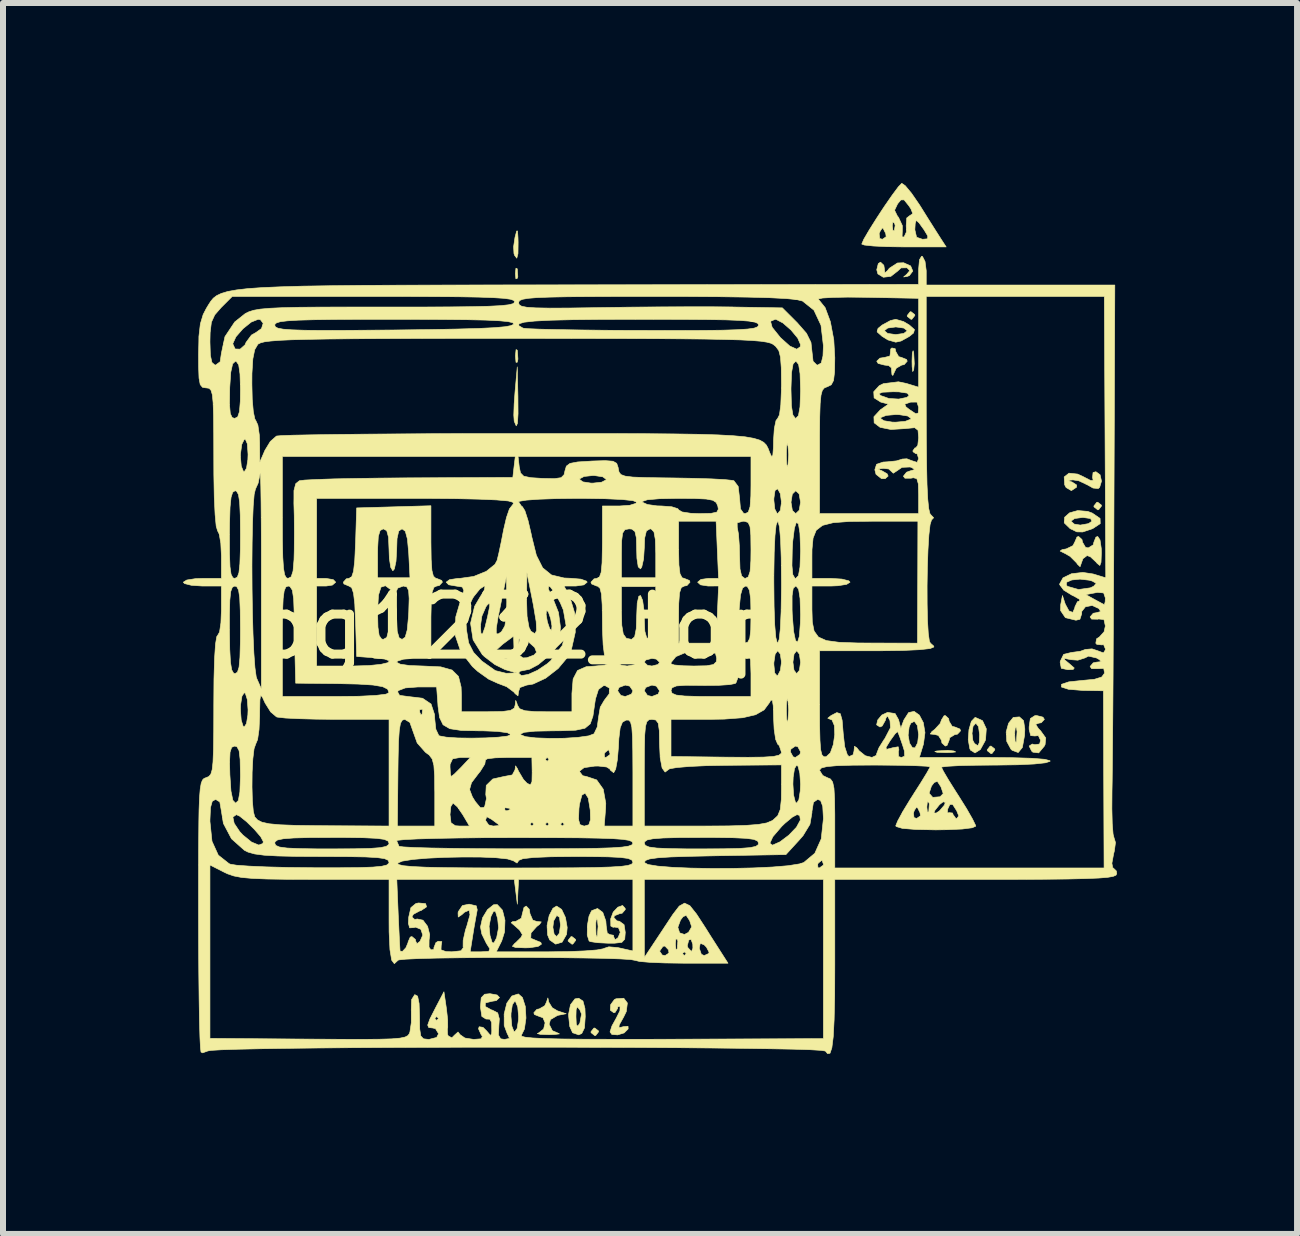
<source format=kicad_pcb>
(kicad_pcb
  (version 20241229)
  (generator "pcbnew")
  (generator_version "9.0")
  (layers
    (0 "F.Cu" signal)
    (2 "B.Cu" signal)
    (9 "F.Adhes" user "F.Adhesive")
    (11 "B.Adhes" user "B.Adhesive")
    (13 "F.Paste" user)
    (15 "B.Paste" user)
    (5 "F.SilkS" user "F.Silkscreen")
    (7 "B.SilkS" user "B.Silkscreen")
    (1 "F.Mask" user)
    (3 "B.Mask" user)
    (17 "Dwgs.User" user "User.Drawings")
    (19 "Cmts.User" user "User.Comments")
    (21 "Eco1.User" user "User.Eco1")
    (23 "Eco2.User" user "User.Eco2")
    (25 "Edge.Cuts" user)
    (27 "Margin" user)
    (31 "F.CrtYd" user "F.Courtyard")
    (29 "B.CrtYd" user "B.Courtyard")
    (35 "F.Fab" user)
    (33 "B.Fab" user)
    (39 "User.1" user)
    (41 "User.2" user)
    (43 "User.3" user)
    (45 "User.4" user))
  (footprint "pg1232_top"
    (layer "F.Cu")
    (at 5.585 6.897)
    (property "Reference" "pg1232_top" (at 0 0.5 0) (layer "F.SilkS") (effects (font (size 1 1) (thickness 0.15))))
    (attr through_hole)
    (fp_poly (pts (xy -0.014 -5.467) (xy -0.005 -5.337) (xy -0.014 -5.308) (xy -0.037 -5.3) (xy -0.046 -5.387) (xy -0.036 -5.477) (xy -0.014 -5.467)) (stroke (width 0.01) (type solid)) (fill yes) (layer "F.SilkS"))
    (fp_poly (pts (xy -0.015 -4.111) (xy -0.012 -4.1) (xy -0.003 -3.962) (xy -0.014 -3.91) (xy -0.035 -3.908) (xy -0.044 -4.007) (xy -0.044 -4.022) (xy -0.034 -4.121) (xy -0.015 -4.111)) (stroke (width 0.01) (type solid)) (fill yes) (layer "F.SilkS"))
    (fp_poly (pts (xy 0.958 5.71) (xy 0.96 5.725) (xy 0.912 5.787) (xy 0.897 5.789) (xy 0.835 5.74) (xy 0.833 5.725) (xy 0.881 5.664) (xy 0.897 5.662) (xy 0.958 5.71)) (stroke (width 0.01) (type solid)) (fill yes) (layer "F.SilkS"))
    (fp_poly (pts (xy 1.339 7.234) (xy 1.341 7.249) (xy 1.293 7.311) (xy 1.278 7.313) (xy 1.216 7.264) (xy 1.214 7.249) (xy 1.262 7.188) (xy 1.278 7.186) (xy 1.339 7.234)) (stroke (width 0.01) (type solid)) (fill yes) (layer "F.SilkS"))
    (fp_poly (pts (xy 6.593 -4.07) (xy 6.603 -3.885) (xy 6.593 -3.784) (xy 6.577 -3.754) (xy 6.567 -3.834) (xy 6.565 -3.927) (xy 6.57 -4.064) (xy 6.583 -4.102) (xy 6.593 -4.07)) (stroke (width 0.01) (type solid)) (fill yes) (layer "F.SilkS"))
    (fp_poly (pts (xy 6.61 -4.704) (xy 6.612 -4.689) (xy 6.563 -4.627) (xy 6.548 -4.625) (xy 6.486 -4.674) (xy 6.485 -4.689) (xy 6.533 -4.75) (xy 6.548 -4.752) (xy 6.61 -4.704)) (stroke (width 0.01) (type solid)) (fill yes) (layer "F.SilkS"))
    (fp_poly (pts (xy 7.262 2.569) (xy 7.293 2.585) (xy 7.213 2.595) (xy 7.12 2.596) (xy 6.982 2.591) (xy 6.945 2.579) (xy 6.977 2.569) (xy 7.162 2.558) (xy 7.262 2.569)) (stroke (width 0.01) (type solid)) (fill yes) (layer "F.SilkS"))
    (fp_poly (pts (xy 7.943 2.535) (xy 7.945 2.55) (xy 7.897 2.612) (xy 7.882 2.614) (xy 7.82 2.565) (xy 7.818 2.55) (xy 7.866 2.489) (xy 7.882 2.487) (xy 7.943 2.535)) (stroke (width 0.01) (type solid)) (fill yes) (layer "F.SilkS"))
    (fp_poly (pts (xy 9.721 -1.529) (xy 9.723 -1.514) (xy 9.675 -1.452) (xy 9.66 -1.45) (xy 9.598 -1.499) (xy 9.596 -1.514) (xy 9.644 -1.575) (xy 9.66 -1.577) (xy 9.721 -1.529)) (stroke (width 0.01) (type solid)) (fill yes) (layer "F.SilkS"))
    (fp_poly (pts (xy -0.003 -3.339) (xy -0.001 -3.052) (xy -0.011 -2.89) (xy -0.032 -2.85) (xy -0.065 -2.927) (xy -0.072 -3.028) (xy -0.066 -3.213) (xy -0.051 -3.419) (xy -0.014 -3.832) (xy -0.003 -3.339)) (stroke (width 0.01) (type solid)) (fill yes) (layer "F.SilkS"))
    (fp_poly (pts (xy -0.002 -5.985) (xy 0.000107 -5.911) (xy -0.002 -5.72) (xy -0.022 -5.644) (xy -0.058 -5.69) (xy -0.069 -5.721) (xy -0.075 -5.836) (xy -0.052 -5.991) (xy -0.024 -6.097) (xy -0.01 -6.098) (xy -0.002 -5.985)) (stroke (width 0.01) (type solid)) (fill yes) (layer "F.SilkS"))
    (fp_poly (pts (xy 1.081 6.737) (xy 1.114 6.86) (xy 1.119 6.995) (xy 1.106 7.184) (xy 1.061 7.277) (xy 1.01 7.3) (xy 0.908 7.265) (xy 0.86 7.158) (xy 0.843 6.995) (xy 0.964 6.995) (xy 0.97 7.131) (xy 0.994 7.155) (xy 1.029 7.106) (xy 1.057 6.953) (xy 1.029 6.884) (xy 0.986 6.832) (xy 0.967 6.881) (xy 0.964 6.995) (xy 0.843 6.995) (xy 0.84 6.962) (xy 0.873 6.798) (xy 0.947 6.701) (xy 1.01 6.69) (xy 1.081 6.737)) (stroke (width 0.01) (type solid)) (fill yes) (layer "F.SilkS"))
    (fp_poly (pts (xy 6.095 -5.526) (xy 6.104 -5.47) (xy 6.112 -5.4) (xy 6.153 -5.432) (xy 6.187 -5.476) (xy 6.322 -5.564) (xy 6.425 -5.568) (xy 6.542 -5.515) (xy 6.578 -5.429) (xy 6.521 -5.354) (xy 6.485 -5.34) (xy 6.425 -5.331) (xy 6.476 -5.375) (xy 6.528 -5.437) (xy 6.482 -5.484) (xy 6.382 -5.482) (xy 6.325 -5.429) (xy 6.212 -5.341) (xy 6.087 -5.326) (xy 5.996 -5.382) (xy 5.977 -5.451) (xy 6.003 -5.554) (xy 6.04 -5.578) (xy 6.095 -5.526)) (stroke (width 0.01) (type solid)) (fill yes) (layer "F.SilkS"))
    (fp_poly (pts (xy 7.176 2.03) (xy 7.183 2.074) (xy 7.234 2.158) (xy 7.278 2.169) (xy 7.363 2.203) (xy 7.374 2.233) (xy 7.322 2.289) (xy 7.278 2.296) (xy 7.194 2.347) (xy 7.183 2.391) (xy 7.149 2.476) (xy 7.12 2.487) (xy 7.063 2.435) (xy 7.056 2.391) (xy 7.004 2.31) (xy 6.945 2.294) (xy 6.869 2.286) (xy 6.895 2.247) (xy 6.945 2.208) (xy 7.035 2.11) (xy 7.056 2.051) (xy 7.099 1.982) (xy 7.12 1.979) (xy 7.176 2.03)) (stroke (width 0.01) (type solid)) (fill yes) (layer "F.SilkS"))
    (fp_poly (pts (xy 8.424 2.064) (xy 8.445 2.202) (xy 8.441 2.307) (xy 8.404 2.511) (xy 8.335 2.595) (xy 8.234 2.558) (xy 8.213 2.538) (xy 8.144 2.41) (xy 8.137 2.296) (xy 8.277 2.296) (xy 8.284 2.412) (xy 8.3 2.425) (xy 8.306 2.407) (xy 8.316 2.246) (xy 8.306 2.185) (xy 8.288 2.165) (xy 8.278 2.253) (xy 8.277 2.296) (xy 8.137 2.296) (xy 8.134 2.253) (xy 8.174 2.107) (xy 8.252 2.01) (xy 8.355 2.001) (xy 8.424 2.064)) (stroke (width 0.01) (type solid)) (fill yes) (layer "F.SilkS"))
    (fp_poly (pts (xy 6.285 -4.135) (xy 6.294 -4.089) (xy 6.343 -4.003) (xy 6.389 -3.99) (xy 6.474 -3.956) (xy 6.485 -3.927) (xy 6.434 -3.87) (xy 6.394 -3.863) (xy 6.303 -3.811) (xy 6.274 -3.752) (xy 6.245 -3.689) (xy 6.23 -3.705) (xy 6.222 -3.809) (xy 6.223 -3.816) (xy 6.176 -3.854) (xy 6.104 -3.863) (xy 6 -3.89) (xy 5.977 -3.927) (xy 6.03 -3.978) (xy 6.107 -3.99) (xy 6.196 -4.013) (xy 6.202 -4.049) (xy 6.21 -4.131) (xy 6.23 -4.148) (xy 6.285 -4.135)) (stroke (width 0.01) (type solid)) (fill yes) (layer "F.SilkS"))
    (fp_poly (pts (xy 0.725 5.209) (xy 0.789 5.344) (xy 0.818 5.511) (xy 0.808 5.625) (xy 0.733 5.756) (xy 0.625 5.788) (xy 0.526 5.718) (xy 0.491 5.634) (xy 0.484 5.507) (xy 0.579 5.507) (xy 0.601 5.624) (xy 0.643 5.662) (xy 0.687 5.606) (xy 0.706 5.473) (xy 0.706 5.467) (xy 0.689 5.34) (xy 0.645 5.311) (xy 0.643 5.312) (xy 0.593 5.4) (xy 0.579 5.507) (xy 0.484 5.507) (xy 0.483 5.476) (xy 0.518 5.312) (xy 0.581 5.19) (xy 0.642 5.154) (xy 0.725 5.209)) (stroke (width 0.01) (type solid)) (fill yes) (layer "F.SilkS"))
    (fp_poly (pts (xy 9.699 -2.035) (xy 9.723 -1.928) (xy 9.692 -1.826) (xy 9.669 -1.805) (xy 9.582 -1.813) (xy 9.494 -1.863) (xy 9.345 -1.934) (xy 9.247 -1.949) (xy 9.165 -1.941) (xy 9.206 -1.921) (xy 9.232 -1.914) (xy 9.308 -1.864) (xy 9.307 -1.827) (xy 9.221 -1.77) (xy 9.133 -1.822) (xy 9.109 -1.867) (xy 9.101 -1.998) (xy 9.181 -2.061) (xy 9.325 -2.046) (xy 9.416 -2.004) (xy 9.542 -1.939) (xy 9.584 -1.941) (xy 9.574 -1.989) (xy 9.582 -2.072) (xy 9.63 -2.085) (xy 9.699 -2.035)) (stroke (width 0.01) (type solid)) (fill yes) (layer "F.SilkS"))
    (fp_poly (pts (xy 1.821 6.769) (xy 1.803 6.912) (xy 1.757 7.006) (xy 1.685 7.135) (xy 1.68 7.181) (xy 1.739 7.168) (xy 1.749 7.164) (xy 1.832 7.157) (xy 1.834 7.201) (xy 1.767 7.268) (xy 1.658 7.301) (xy 1.562 7.293) (xy 1.532 7.251) (xy 1.564 7.151) (xy 1.635 7.023) (xy 1.697 6.899) (xy 1.699 6.824) (xy 1.662 6.832) (xy 1.659 6.858) (xy 1.616 6.927) (xy 1.595 6.932) (xy 1.537 6.889) (xy 1.542 6.798) (xy 1.603 6.714) (xy 1.631 6.699) (xy 1.761 6.69) (xy 1.821 6.769)) (stroke (width 0.01) (type solid)) (fill yes) (layer "F.SilkS"))
    (fp_poly (pts (xy 7.74 2.064) (xy 7.803 2.199) (xy 7.791 2.375) (xy 7.784 2.399) (xy 7.704 2.545) (xy 7.615 2.601) (xy 7.54 2.555) (xy 7.528 2.53) (xy 7.502 2.382) (xy 7.51 2.274) (xy 7.565 2.274) (xy 7.579 2.394) (xy 7.606 2.444) (xy 7.662 2.482) (xy 7.686 2.43) (xy 7.691 2.296) (xy 7.673 2.162) (xy 7.628 2.106) (xy 7.628 2.106) (xy 7.582 2.158) (xy 7.565 2.274) (xy 7.51 2.274) (xy 7.514 2.214) (xy 7.554 2.075) (xy 7.615 2.011) (xy 7.621 2.01) (xy 7.74 2.064)) (stroke (width 0.01) (type solid)) (fill yes) (layer "F.SilkS"))
    (fp_poly (pts (xy 8.747 2.005) (xy 8.771 2.042) (xy 8.719 2.098) (xy 8.675 2.106) (xy 8.626 2.125) (xy 8.671 2.195) (xy 8.709 2.234) (xy 8.794 2.352) (xy 8.783 2.462) (xy 8.77 2.488) (xy 8.676 2.601) (xy 8.579 2.589) (xy 8.559 2.571) (xy 8.517 2.487) (xy 8.569 2.453) (xy 8.612 2.464) (xy 8.692 2.453) (xy 8.707 2.391) (xy 8.671 2.313) (xy 8.612 2.319) (xy 8.543 2.313) (xy 8.517 2.209) (xy 8.517 2.167) (xy 8.537 2.029) (xy 8.613 1.98) (xy 8.644 1.979) (xy 8.747 2.005)) (stroke (width 0.01) (type solid)) (fill yes) (layer "F.SilkS"))
    (fp_poly (pts (xy 0.507 6.735) (xy 0.508 6.75) (xy 0.568 6.848) (xy 0.658 6.901) (xy 0.801 6.948) (xy 0.658 6.976) (xy 0.54 7.045) (xy 0.516 7.122) (xy 0.571 7.231) (xy 0.658 7.268) (xy 0.689 7.284) (xy 0.609 7.294) (xy 0.516 7.297) (xy 0.371 7.292) (xy 0.32 7.279) (xy 0.341 7.269) (xy 0.425 7.203) (xy 0.45 7.1) (xy 0.414 7.015) (xy 0.357 6.995) (xy 0.272 6.961) (xy 0.262 6.932) (xy 0.313 6.875) (xy 0.352 6.868) (xy 0.443 6.816) (xy 0.472 6.757) (xy 0.496 6.685) (xy 0.507 6.735)) (stroke (width 0.01) (type solid)) (fill yes) (layer "F.SilkS"))
    (fp_poly (pts (xy 9.493 -1.424) (xy 9.569 -1.396) (xy 9.699 -1.307) (xy 9.702 -1.22) (xy 9.578 -1.138) (xy 9.56 -1.131) (xy 9.41 -1.081) (xy 9.312 -1.083) (xy 9.2 -1.137) (xy 9.199 -1.138) (xy 9.102 -1.233) (xy 9.104 -1.26) (xy 9.215 -1.26) (xy 9.269 -1.212) (xy 9.37 -1.196) (xy 9.505 -1.22) (xy 9.564 -1.26) (xy 9.54 -1.305) (xy 9.416 -1.323) (xy 9.409 -1.323) (xy 9.274 -1.305) (xy 9.215 -1.262) (xy 9.215 -1.26) (xy 9.104 -1.26) (xy 9.108 -1.326) (xy 9.191 -1.4) (xy 9.327 -1.438) (xy 9.493 -1.424)) (stroke (width 0.01) (type solid)) (fill yes) (layer "F.SilkS"))
    (fp_poly (pts (xy 6.423 -4.588) (xy 6.52 -4.53) (xy 6.606 -4.454) (xy 6.59 -4.397) (xy 6.52 -4.34) (xy 6.383 -4.264) (xy 6.294 -4.244) (xy 6.165 -4.281) (xy 6.068 -4.34) (xy 5.983 -4.416) (xy 5.988 -4.435) (xy 6.104 -4.435) (xy 6.159 -4.39) (xy 6.292 -4.371) (xy 6.294 -4.371) (xy 6.428 -4.39) (xy 6.485 -4.434) (xy 6.485 -4.435) (xy 6.429 -4.479) (xy 6.296 -4.498) (xy 6.294 -4.498) (xy 6.16 -4.48) (xy 6.104 -4.436) (xy 6.104 -4.435) (xy 5.988 -4.435) (xy 5.998 -4.473) (xy 6.068 -4.53) (xy 6.206 -4.605) (xy 6.294 -4.625) (xy 6.423 -4.588)) (stroke (width 0.01) (type solid)) (fill yes) (layer "F.SilkS"))
    (fp_poly (pts (xy 0.186 5.207) (xy 0.198 5.281) (xy 0.244 5.388) (xy 0.309 5.41) (xy 0.386 5.418) (xy 0.359 5.457) (xy 0.309 5.496) (xy 0.215 5.602) (xy 0.211 5.69) (xy 0.293 5.725) (xy 0.378 5.759) (xy 0.389 5.789) (xy 0.332 5.827) (xy 0.19 5.848) (xy 0.119 5.85) (xy -0.043 5.844) (xy -0.096 5.824) (xy -0.058 5.778) (xy -0.04 5.764) (xy 0.049 5.676) (xy 0.071 5.63) (xy 0.026 5.556) (xy -0.04 5.496) (xy -0.116 5.431) (xy -0.09 5.412) (xy -0.04 5.41) (xy 0.054 5.356) (xy 0.071 5.281) (xy 0.098 5.177) (xy 0.135 5.154) (xy 0.186 5.207)) (stroke (width 0.01) (type solid)) (fill yes) (layer "F.SilkS"))
    (fp_poly (pts (xy 9.698 -0.949) (xy 9.719 -0.807) (xy 9.721 -0.736) (xy 9.715 -0.575) (xy 9.695 -0.522) (xy 9.649 -0.559) (xy 9.635 -0.577) (xy 9.539 -0.667) (xy 9.483 -0.688) (xy 9.414 -0.636) (xy 9.392 -0.577) (xy 9.366 -0.502) (xy 9.321 -0.545) (xy 9.308 -0.566) (xy 9.2 -0.674) (xy 9.12 -0.72) (xy 9.034 -0.763) (xy 9.065 -0.786) (xy 9.136 -0.799) (xy 9.247 -0.853) (xy 9.279 -0.915) (xy 9.314 -0.997) (xy 9.342 -1.006) (xy 9.398 -0.954) (xy 9.406 -0.911) (xy 9.456 -0.826) (xy 9.501 -0.815) (xy 9.585 -0.866) (xy 9.596 -0.911) (xy 9.63 -0.995) (xy 9.66 -1.006) (xy 9.698 -0.949)) (stroke (width 0.01) (type solid)) (fill yes) (layer "F.SilkS"))
    (fp_poly (pts (xy 1.784 5.191) (xy 1.786 5.213) (xy 1.734 5.273) (xy 1.69 5.281) (xy 1.606 5.315) (xy 1.595 5.344) (xy 1.647 5.4) (xy 1.69 5.408) (xy 1.766 5.464) (xy 1.786 5.592) (xy 1.777 5.706) (xy 1.728 5.759) (xy 1.605 5.773) (xy 1.5 5.773) (xy 1.322 5.764) (xy 1.204 5.746) (xy 1.183 5.736) (xy 1.152 5.638) (xy 1.154 5.503) (xy 1.294 5.503) (xy 1.299 5.634) (xy 1.313 5.667) (xy 1.321 5.647) (xy 1.333 5.494) (xy 1.323 5.393) (xy 1.306 5.357) (xy 1.295 5.434) (xy 1.294 5.503) (xy 1.154 5.503) (xy 1.154 5.479) (xy 1.182 5.321) (xy 1.225 5.231) (xy 1.324 5.194) (xy 1.411 5.259) (xy 1.462 5.403) (xy 1.468 5.483) (xy 1.486 5.605) (xy 1.531 5.63) (xy 1.532 5.63) (xy 1.589 5.64) (xy 1.595 5.671) (xy 1.617 5.716) (xy 1.666 5.68) (xy 1.703 5.59) (xy 1.672 5.513) (xy 1.597 5.503) (xy 1.586 5.509) (xy 1.545 5.487) (xy 1.543 5.367) (xy 1.585 5.254) (xy 1.663 5.172) (xy 1.741 5.144) (xy 1.784 5.191)) (stroke (width 0.01) (type solid)) (fill yes) (layer "F.SilkS"))
    (fp_poly (pts (xy 6.453 -6.851) (xy 6.556 -6.727) (xy 6.682 -6.544) (xy 6.701 -6.515) (xy 6.837 -6.297) (xy 6.959 -6.104) (xy 7.04 -5.977) (xy 7.041 -5.975) (xy 7.134 -5.832) (xy 6.428 -5.832) (xy 6.147 -5.836) (xy 5.919 -5.847) (xy 5.771 -5.863) (xy 5.727 -5.879) (xy 5.762 -5.961) (xy 5.817 -6.054) (xy 6.017 -6.054) (xy 6.027 -5.972) (xy 6.072 -5.959) (xy 6.134 -6.002) (xy 6.127 -6.054) (xy 6.085 -6.138) (xy 6.072 -6.149) (xy 6.037 -6.1) (xy 6.017 -6.054) (xy 5.817 -6.054) (xy 5.851 -6.113) (xy 5.897 -6.186) (xy 6.236 -6.186) (xy 6.247 -6.104) (xy 6.269 -6.103) (xy 6.284 -6.188) (xy 6.274 -6.225) (xy 6.246 -6.249) (xy 6.236 -6.186) (xy 5.897 -6.186) (xy 5.973 -6.307) (xy 6.062 -6.443) (xy 6.274 -6.443) (xy 6.322 -6.345) (xy 6.339 -6.326) (xy 6.404 -6.186) (xy 6.403 -6.088) (xy 6.399 -5.999) (xy 6.433 -5.998) (xy 6.472 -6.083) (xy 6.471 -6.118) (xy 6.612 -6.118) (xy 6.641 -5.993) (xy 6.74 -5.959) (xy 6.825 -5.967) (xy 6.827 -6.015) (xy 6.765 -6.118) (xy 6.684 -6.23) (xy 6.636 -6.276) (xy 6.618 -6.222) (xy 6.612 -6.118) (xy 6.471 -6.118) (xy 6.468 -6.186) (xy 6.477 -6.314) (xy 6.527 -6.353) (xy 6.578 -6.386) (xy 6.546 -6.467) (xy 6.512 -6.518) (xy 6.433 -6.616) (xy 6.379 -6.615) (xy 6.325 -6.55) (xy 6.274 -6.443) (xy 6.062 -6.443) (xy 6.107 -6.511) (xy 6.236 -6.697) (xy 6.338 -6.834) (xy 6.394 -6.892) (xy 6.453 -6.851)) (stroke (width 0.01) (type solid)) (fill yes) (layer "F.SilkS"))
    (fp_poly (pts (xy 6.739 -5.673) (xy 6.782 -5.589) (xy 6.802 -5.435) (xy 6.802 -5.415) (xy 6.802 -5.197) (xy 8.374 -5.197) (xy 9.945 -5.197) (xy 9.93 -1.371) (xy 9.927 -0.658) (xy 9.923 0.038) (xy 9.919 0.703) (xy 9.916 1.324) (xy 9.912 1.885) (xy 9.908 2.373) (xy 9.904 2.774) (xy 9.901 3.074) (xy 9.898 3.233) (xy 9.896 3.532) (xy 9.902 3.781) (xy 9.916 3.955) (xy 9.935 4.028) (xy 9.936 4.029) (xy 9.956 4.095) (xy 9.937 4.236) (xy 9.925 4.283) (xy 9.896 4.44) (xy 9.91 4.516) (xy 9.919 4.519) (xy 9.971 4.57) (xy 9.977 4.614) (xy 9.964 4.639) (xy 9.917 4.659) (xy 9.826 4.675) (xy 9.677 4.687) (xy 9.46 4.696) (xy 9.163 4.703) (xy 8.775 4.707) (xy 8.283 4.709) (xy 7.677 4.709) (xy 7.628 4.709) (xy 5.278 4.709) (xy 5.278 6.134) (xy 5.276 6.649) (xy 5.267 7.046) (xy 5.252 7.332) (xy 5.229 7.516) (xy 5.198 7.607) (xy 5.157 7.613) (xy 5.121 7.57) (xy 5.052 7.559) (xy 4.868 7.548) (xy 4.58 7.539) (xy 4.2 7.532) (xy 3.74 7.525) (xy 3.21 7.519) (xy 2.623 7.514) (xy 1.99 7.51) (xy 1.324 7.508) (xy 0.634 7.506) (xy -0.066 7.506) (xy -0.766 7.506) (xy -1.453 7.508) (xy -2.116 7.51) (xy -2.744 7.514) (xy -3.325 7.519) (xy -3.847 7.525) (xy -4.299 7.532) (xy -4.668 7.54) (xy -4.945 7.549) (xy -5.116 7.559) (xy -5.169 7.568) (xy -5.258 7.6) (xy -5.285 7.587) (xy -5.294 7.516) (xy -5.302 7.359) (xy -5.136 7.359) (xy -3.49 7.371) (xy -2.991 7.374) (xy -2.604 7.375) (xy -2.315 7.373) (xy -2.108 7.367) (xy -1.969 7.355) (xy -1.884 7.337) (xy -1.836 7.312) (xy -1.812 7.278) (xy -1.803 7.251) (xy -1.78 7.098) (xy -1.78 6.903) (xy -1.781 6.888) (xy -1.775 6.712) (xy -1.723 6.63) (xy -1.722 6.63) (xy -1.675 6.655) (xy -1.65 6.778) (xy -1.643 6.99) (xy -1.64 7.203) (xy -1.622 7.318) (xy -1.578 7.366) (xy -1.494 7.376) (xy -1.485 7.376) (xy -1.357 7.343) (xy -1.326 7.281) (xy -1.377 7.197) (xy -1.421 7.186) (xy -1.49 7.178) (xy -1.507 7.137) (xy -1.471 7.037) (xy -1.466 7.027) (xy -1.389 7.027) (xy -1.358 7.059) (xy -1.326 7.027) (xy -1.358 6.995) (xy -1.389 7.027) (xy -1.466 7.027) (xy -1.377 6.852) (xy -1.376 6.85) (xy -1.236 6.582) (xy -1.194 6.868) (xy -1.174 7.05) (xy -1.173 7.176) (xy -1.179 7.202) (xy -1.176 7.292) (xy -1.163 7.319) (xy -1.104 7.349) (xy -1.059 7.304) (xy -1.001 7.252) (xy -0.967 7.297) (xy -0.887 7.353) (xy -0.741 7.376) (xy -0.615 7.366) (xy -0.596 7.325) (xy -0.619 7.291) (xy -0.66 7.199) (xy -0.649 7.165) (xy -0.585 7.175) (xy -0.525 7.234) (xy -0.46 7.31) (xy -0.441 7.282) (xy -0.439 7.233) (xy -0.442 7.092) (xy -0.471 7.039) (xy -0.536 7.036) (xy -0.604 6.994) (xy -0.627 6.843) (xy -0.627 6.829) (xy -0.615 6.682) (xy -0.558 6.623) (xy -0.469 6.614) (xy -0.349 6.636) (xy -0.31 6.678) (xy -0.363 6.729) (xy -0.437 6.741) (xy -0.546 6.768) (xy -0.548 6.827) (xy -0.443 6.885) (xy -0.429 6.888) (xy -0.34 6.934) (xy -0.313 7.033) (xy -0.321 7.15) (xy -0.328 7.302) (xy -0.291 7.366) (xy -0.226 7.376) (xy -0.144 7.36) (xy -0.173 7.293) (xy -0.179 7.285) (xy -0.232 7.144) (xy -0.232 6.995) (xy -0.119 6.995) (xy -0.105 7.154) (xy -0.07 7.243) (xy -0.056 7.249) (xy -0.016 7.193) (xy 0.006 7.052) (xy 0.008 6.995) (xy -0.006 6.836) (xy -0.042 6.748) (xy -0.056 6.741) (xy -0.096 6.797) (xy -0.118 6.938) (xy -0.119 6.995) (xy -0.232 6.995) (xy -0.233 6.954) (xy -0.188 6.772) (xy -0.105 6.654) (xy -0.102 6.652) (xy 0.004 6.618) (xy 0.072 6.678) (xy 0.12 6.827) (xy 0.131 7.021) (xy 0.105 7.203) (xy 0.056 7.303) (xy 0.058 7.323) (xy 0.117 7.339) (xy 0.242 7.352) (xy 0.441 7.362) (xy 0.725 7.369) (xy 1.103 7.373) (xy 1.584 7.374) (xy 2.178 7.374) (xy 2.532 7.373) (xy 5.088 7.363) (xy 5.088 4.709) (xy 2.103 4.709) (xy 2.104 6.011) (xy 2.174 5.905) (xy 2.358 5.905) (xy 2.402 5.97) (xy 2.45 5.979) (xy 2.499 5.947) (xy 2.738 5.947) (xy 2.77 5.979) (xy 2.802 5.947) (xy 2.77 5.916) (xy 2.738 5.947) (xy 2.499 5.947) (xy 2.514 5.937) (xy 2.507 5.884) (xy 2.447 5.82) (xy 2.414 5.825) (xy 2.358 5.905) (xy 2.174 5.905) (xy 2.251 5.789) (xy 2.621 5.789) (xy 2.631 5.879) (xy 2.653 5.868) (xy 2.656 5.818) (xy 2.819 5.818) (xy 2.83 5.847) (xy 2.89 5.912) (xy 2.913 5.856) (xy 2.913 5.856) (xy 3.019 5.856) (xy 3.054 5.957) (xy 3.101 5.979) (xy 3.176 5.945) (xy 3.183 5.923) (xy 3.139 5.839) (xy 3.101 5.8) (xy 3.036 5.774) (xy 3.019 5.856) (xy 2.913 5.856) (xy 2.911 5.789) (xy 2.882 5.709) (xy 2.844 5.72) (xy 2.819 5.818) (xy 2.656 5.818) (xy 2.662 5.738) (xy 2.653 5.709) (xy 2.63 5.701) (xy 2.621 5.789) (xy 2.251 5.789) (xy 2.432 5.516) (xy 2.437 5.508) (xy 2.662 5.508) (xy 2.692 5.6) (xy 2.773 5.627) (xy 2.84 5.592) (xy 2.893 5.5) (xy 2.859 5.396) (xy 2.801 5.308) (xy 2.749 5.331) (xy 2.707 5.386) (xy 2.662 5.508) (xy 2.437 5.508) (xy 2.579 5.293) (xy 2.686 5.154) (xy 2.774 5.105) (xy 2.862 5.147) (xy 2.973 5.286) (xy 3.127 5.523) (xy 3.204 5.646) (xy 3.498 6.106) (xy 2.747 6.106) (xy 2.45 6.102) (xy 2.2 6.092) (xy 2.024 6.077) (xy 1.95 6.059) (xy 1.876 6.045) (xy 1.694 6.034) (xy 1.424 6.025) (xy 1.085 6.019) (xy 0.695 6.014) (xy 0.273 6.011) (xy -0.162 6.01) (xy -0.591 6.012) (xy -0.995 6.016) (xy -1.356 6.021) (xy -1.654 6.029) (xy -1.871 6.039) (xy -1.987 6.051) (xy -2.001 6.057) (xy -2.063 6.114) (xy -2.107 6.056) (xy -2.136 5.881) (xy -2.15 5.584) (xy -2.151 5.408) (xy -2.151 4.709) (xy -2.022 4.709) (xy -1.998 5.297) (xy -1.986 5.555) (xy -1.976 5.76) (xy -1.969 5.882) (xy -1.967 5.904) (xy -1.927 5.909) (xy -1.87 5.848) (xy -1.835 5.765) (xy -1.834 5.753) (xy -1.798 5.671) (xy -1.77 5.662) (xy -1.711 5.711) (xy -1.707 5.738) (xy -1.686 5.781) (xy -1.635 5.742) (xy -1.589 5.637) (xy -1.621 5.541) (xy -1.709 5.505) (xy -1.741 5.513) (xy -1.808 5.517) (xy -1.829 5.441) (xy -1.823 5.337) (xy -1.787 5.18) (xy -1.703 5.111) (xy -1.659 5.102) (xy -1.542 5.113) (xy -1.526 5.167) (xy -1.615 5.227) (xy -1.643 5.236) (xy -1.746 5.291) (xy -1.77 5.336) (xy -1.724 5.377) (xy -1.68 5.369) (xy -1.586 5.389) (xy -1.509 5.491) (xy -1.473 5.631) (xy -1.484 5.722) (xy -1.485 5.839) (xy -1.454 5.883) (xy -1.403 5.878) (xy -1.404 5.849) (xy -1.37 5.763) (xy -1.332 5.74) (xy -1.271 5.746) (xy -1.282 5.812) (xy -1.285 5.883) (xy -1.204 5.912) (xy -1.104 5.916) (xy -0.952 5.899) (xy -0.913 5.846) (xy -0.917 5.833) (xy -0.916 5.727) (xy -0.878 5.556) (xy -0.854 5.484) (xy -0.802 5.299) (xy -0.815 5.223) (xy -0.892 5.255) (xy -0.938 5.297) (xy -0.998 5.337) (xy -1.001 5.27) (xy -0.998 5.249) (xy -0.928 5.145) (xy -0.817 5.122) (xy -0.697 5.15) (xy -0.681 5.217) (xy -0.703 5.335) (xy -0.736 5.521) (xy -0.751 5.614) (xy -0.799 5.916) (xy -0.614 5.916) (xy -0.489 5.909) (xy -0.471 5.866) (xy -0.529 5.775) (xy -0.605 5.619) (xy -0.627 5.503) (xy -0.624 5.489) (xy -0.484 5.489) (xy -0.469 5.642) (xy -0.433 5.762) (xy -0.403 5.768) (xy -0.358 5.682) (xy -0.326 5.516) (xy -0.341 5.364) (xy -0.377 5.244) (xy -0.408 5.238) (xy -0.452 5.324) (xy -0.484 5.489) (xy -0.624 5.489) (xy -0.593 5.35) (xy -0.51 5.213) (xy -0.409 5.132) (xy -0.347 5.129) (xy -0.261 5.222) (xy -0.219 5.39) (xy -0.226 5.585) (xy -0.273 5.734) (xy -0.364 5.916) (xy 0.517 5.916) (xy 0.838 5.912) (xy 1.112 5.901) (xy 1.315 5.885) (xy 1.422 5.865) (xy 1.432 5.859) (xy 1.512 5.833) (xy 1.663 5.846) (xy 1.69 5.852) (xy 1.913 5.902) (xy 1.913 4.709) (xy 0.008 4.709) (xy -0.003 4.916) (xy -0.013 5.122) (xy -0.064 4.709) (xy -2.022 4.709) (xy -2.151 4.709) (xy -3.408 4.709) (xy -3.849 4.708) (xy -4.183 4.703) (xy -4.429 4.693) (xy -4.608 4.677) (xy -4.738 4.652) (xy -4.841 4.617) (xy -4.9 4.589) (xy -5.136 4.469) (xy -5.136 7.359) (xy -5.302 7.359) (xy -5.303 7.333) (xy -5.311 7.052) (xy -5.317 6.687) (xy -5.322 6.255) (xy -5.325 5.768) (xy -5.326 5.296) (xy -5.326 4.702) (xy -5.325 4.223) (xy -5.322 3.846) (xy -5.321 3.743) (xy -5.136 3.743) (xy -5.102 4.074) (xy -4.997 4.305) (xy -4.817 4.447) (xy -4.796 4.456) (xy -4.692 4.473) (xy -4.483 4.488) (xy -4.191 4.501) (xy -3.838 4.51) (xy -3.446 4.514) (xy -3.406 4.515) (xy -2.971 4.515) (xy -2.647 4.512) (xy -2.419 4.504) (xy -2.272 4.49) (xy -2.189 4.47) (xy -2.155 4.441) (xy -2.155 4.439) (xy -2.009 4.439) (xy -1.991 4.462) (xy -1.913 4.481) (xy -1.765 4.495) (xy -1.536 4.506) (xy -1.216 4.513) (xy -0.793 4.517) (xy -0.257 4.519) (xy -0.061 4.519) (xy 0.498 4.518) (xy 0.943 4.516) (xy 1.285 4.511) (xy 1.539 4.503) (xy 1.716 4.492) (xy 1.828 4.477) (xy 1.89 4.457) (xy 1.912 4.432) (xy 1.912 4.427) (xy 2.103 4.427) (xy 2.163 4.461) (xy 2.327 4.488) (xy 2.572 4.508) (xy 2.877 4.521) (xy 3.219 4.527) (xy 3.575 4.526) (xy 3.922 4.518) (xy 4.239 4.503) (xy 4.502 4.481) (xy 4.665 4.455) (xy 4.992 4.455) (xy 4.997 4.514) (xy 5.02 4.519) (xy 5.085 4.473) (xy 5.088 4.455) (xy 5.066 4.393) (xy 5.06 4.392) (xy 5.005 4.436) (xy 4.992 4.455) (xy 4.665 4.455) (xy 4.69 4.451) (xy 4.761 4.428) (xy 4.945 4.274) (xy 5.052 4.034) (xy 5.088 3.698) (xy 5.088 3.69) (xy 5.077 3.492) (xy 5.041 3.395) (xy 4.992 3.376) (xy 4.922 3.424) (xy 4.897 3.577) (xy 4.897 3.599) (xy 4.864 3.791) (xy 4.749 3.98) (xy 4.68 4.059) (xy 4.463 4.296) (xy 3.283 4.316) (xy 2.859 4.325) (xy 2.546 4.335) (xy 2.33 4.349) (xy 2.194 4.368) (xy 2.124 4.393) (xy 2.103 4.426) (xy 2.103 4.427) (xy 1.912 4.427) (xy 1.913 4.423) (xy 1.895 4.386) (xy 1.832 4.36) (xy 1.704 4.343) (xy 1.495 4.333) (xy 1.186 4.329) (xy 0.96 4.328) (xy 0.549 4.332) (xy 0.258 4.344) (xy 0.08 4.364) (xy 0.009 4.393) (xy 0.008 4.399) (xy -0.018 4.437) (xy -0.08 4.398) (xy -0.178 4.368) (xy -0.369 4.348) (xy -0.625 4.337) (xy -0.919 4.336) (xy -1.225 4.342) (xy -1.513 4.356) (xy -1.758 4.377) (xy -1.932 4.405) (xy -2.008 4.438) (xy -2.009 4.439) (xy -2.155 4.439) (xy -2.151 4.423) (xy -2.168 4.389) (xy -2.227 4.363) (xy -2.347 4.346) (xy -2.542 4.335) (xy -2.831 4.33) (xy -3.228 4.328) (xy -3.269 4.328) (xy -3.691 4.326) (xy -4.006 4.319) (xy -4.233 4.306) (xy -4.392 4.285) (xy -4.502 4.254) (xy -4.562 4.224) (xy -4.777 4.032) (xy -4.912 3.776) (xy -4.929 3.671) (xy -4.754 3.671) (xy -4.732 3.775) (xy -4.64 3.913) (xy -4.587 3.97) (xy -4.443 4.087) (xy -4.322 4.137) (xy -4.253 4.111) (xy -4.252 4.106) (xy -4.056 4.106) (xy -4.039 4.143) (xy -3.976 4.17) (xy -3.848 4.187) (xy -3.639 4.196) (xy -3.33 4.201) (xy -3.104 4.201) (xy -2.731 4.199) (xy -2.468 4.193) (xy -2.296 4.18) (xy -2.198 4.159) (xy -2.157 4.129) (xy -2.151 4.106) (xy -2.169 4.069) (xy -2.179 4.065) (xy -2.024 4.065) (xy -1.986 4.155) (xy -1.983 4.158) (xy -1.912 4.168) (xy -1.729 4.178) (xy -1.451 4.186) (xy -1.094 4.192) (xy -0.673 4.197) (xy -0.205 4.199) (xy -0.015 4.199) (xy 0.539 4.198) (xy 0.977 4.196) (xy 1.314 4.191) (xy 1.562 4.183) (xy 1.733 4.171) (xy 1.84 4.155) (xy 1.896 4.134) (xy 1.913 4.108) (xy 1.913 4.106) (xy 1.913 4.106) (xy 2.103 4.106) (xy 2.12 4.143) (xy 2.184 4.17) (xy 2.312 4.187) (xy 2.521 4.196) (xy 2.829 4.201) (xy 3.056 4.201) (xy 3.428 4.199) (xy 3.692 4.193) (xy 3.864 4.18) (xy 3.962 4.159) (xy 4.003 4.129) (xy 4.008 4.107) (xy 4.196 4.107) (xy 4.239 4.139) (xy 4.365 4.083) (xy 4.511 3.973) (xy 4.639 3.84) (xy 4.704 3.72) (xy 4.693 3.644) (xy 4.648 3.63) (xy 4.571 3.671) (xy 4.446 3.775) (xy 4.394 3.825) (xy 4.245 3.999) (xy 4.196 4.107) (xy 4.008 4.107) (xy 4.008 4.106) (xy 3.991 4.069) (xy 3.927 4.042) (xy 3.8 4.025) (xy 3.59 4.015) (xy 3.282 4.011) (xy 3.056 4.011) (xy 2.683 4.012) (xy 2.419 4.019) (xy 2.248 4.032) (xy 2.15 4.052) (xy 2.108 4.083) (xy 2.103 4.106) (xy 1.913 4.106) (xy 1.898 4.079) (xy 1.845 4.058) (xy 1.743 4.042) (xy 1.578 4.03) (xy 1.337 4.022) (xy 1.009 4.016) (xy 0.581 4.014) (xy 0.04 4.013) (xy -0.056 4.013) (xy -0.541 4.014) (xy -0.983 4.019) (xy -1.366 4.026) (xy -1.676 4.035) (xy -1.895 4.046) (xy -2.011 4.058) (xy -2.024 4.065) (xy -2.179 4.065) (xy -2.232 4.042) (xy -2.36 4.025) (xy -2.569 4.015) (xy -2.878 4.011) (xy -3.104 4.011) (xy -3.477 4.012) (xy -3.74 4.019) (xy -3.912 4.032) (xy -4.01 4.052) (xy -4.051 4.083) (xy -4.056 4.106) (xy -4.252 4.106) (xy -4.247 4.079) (xy -4.29 3.998) (xy -4.396 3.875) (xy -4.525 3.748) (xy -4.641 3.655) (xy -4.696 3.63) (xy -4.754 3.671) (xy -4.929 3.671) (xy -4.945 3.572) (xy -4.972 3.418) (xy -5.041 3.376) (xy -5.097 3.406) (xy -5.127 3.512) (xy -5.136 3.719) (xy -5.136 3.743) (xy -5.321 3.743) (xy -5.318 3.559) (xy -5.31 3.348) (xy -5.298 3.202) (xy -5.282 3.108) (xy -5.261 3.054) (xy -5.235 3.027) (xy -5.202 3.014) (xy -5.199 3.013) (xy -5.155 2.995) (xy -5.122 2.957) (xy -5.099 2.881) (xy -5.085 2.753) (xy -4.809 2.753) (xy -4.804 2.963) (xy -4.786 3.236) (xy -4.754 3.391) (xy -4.708 3.439) (xy -4.663 3.395) (xy -4.637 3.252) (xy -4.634 3.169) (xy -4.435 3.169) (xy -4.429 3.398) (xy -4.413 3.577) (xy -4.389 3.668) (xy -4.342 3.719) (xy -4.269 3.756) (xy -4.151 3.782) (xy -3.969 3.799) (xy -3.704 3.809) (xy -3.339 3.814) (xy -3.152 3.815) (xy -2.151 3.82) (xy -2.012 3.82) (xy -1.389 3.82) (xy -1.389 3.63) (xy -1.135 3.63) (xy -1.118 3.766) (xy -1.046 3.815) (xy -0.973 3.82) (xy -0.811 3.82) (xy -0.866 3.726) (xy -0.543 3.726) (xy -0.49 3.802) (xy -0.416 3.82) (xy -0.325 3.813) (xy -0.315 3.802) (xy -0.334 3.788) (xy 0.198 3.788) (xy 0.23 3.82) (xy 0.262 3.788) (xy 0.452 3.788) (xy 0.484 3.82) (xy 0.516 3.788) (xy 0.706 3.788) (xy 0.738 3.82) (xy 0.77 3.788) (xy 0.738 3.757) (xy 0.706 3.788) (xy 0.516 3.788) (xy 0.484 3.757) (xy 0.452 3.788) (xy 0.262 3.788) (xy 0.23 3.757) (xy 0.198 3.788) (xy -0.334 3.788) (xy -0.382 3.753) (xy -0.438 3.711) (xy 1.007 3.711) (xy 1.031 3.796) (xy 1.097 3.82) (xy 1.106 3.82) (xy 1.179 3.799) (xy 1.206 3.715) (xy 1.202 3.555) (xy 1.169 3.355) (xy 1.117 3.271) (xy 1.063 3.305) (xy 1.022 3.459) (xy 1.014 3.531) (xy 1.007 3.711) (xy -0.438 3.711) (xy -0.442 3.708) (xy -0.522 3.665) (xy -0.543 3.72) (xy -0.543 3.726) (xy -0.866 3.726) (xy -0.923 3.63) (xy -0.996 3.524) (xy -0.225 3.524) (xy -0.216 3.562) (xy -0.183 3.566) (xy -0.131 3.543) (xy -0.141 3.524) (xy -0.216 3.516) (xy -0.225 3.524) (xy -0.996 3.524) (xy -1.011 3.502) (xy -1.08 3.44) (xy -1.086 3.439) (xy -1.121 3.494) (xy -1.135 3.627) (xy -1.135 3.63) (xy -1.389 3.63) (xy -1.389 3.256) (xy -1.39 3.211) (xy -0.809 3.211) (xy -0.762 3.334) (xy -0.713 3.413) (xy -0.628 3.515) (xy -0.57 3.51) (xy -0.556 3.491) (xy -0.528 3.363) (xy -0.539 3.293) (xy -0.531 3.143) (xy -0.422 3.036) (xy -0.239 2.995) (xy -0.097 2.968) (xy -0.052 2.884) (xy -0.042 2.817) (xy -0.01 2.866) (xy 0.005 2.902) (xy 0.089 3.044) (xy 0.148 3.106) (xy 0.205 3.135) (xy 0.231 3.079) (xy 0.234 2.929) (xy 0.234 2.913) (xy 1.024 2.913) (xy 1.076 2.981) (xy 1.141 2.995) (xy 1.309 3.051) (xy 1.419 3.206) (xy 1.461 3.44) (xy 1.458 3.531) (xy 1.435 3.82) (xy 1.913 3.82) (xy 1.913 2.931) (xy 2.103 2.931) (xy 2.103 3.82) (xy 3.105 3.82) (xy 3.506 3.818) (xy 3.8 3.809) (xy 4.006 3.793) (xy 4.144 3.768) (xy 4.232 3.731) (xy 4.248 3.721) (xy 4.327 3.648) (xy 4.369 3.545) (xy 4.387 3.374) (xy 4.389 3.212) (xy 4.389 3.122) (xy 4.58 3.122) (xy 4.591 3.303) (xy 4.62 3.418) (xy 4.643 3.439) (xy 4.679 3.382) (xy 4.702 3.236) (xy 4.707 3.122) (xy 4.695 2.941) (xy 4.666 2.826) (xy 4.643 2.804) (xy 4.607 2.861) (xy 4.584 3.007) (xy 4.58 3.122) (xy 4.389 3.122) (xy 4.389 2.801) (xy 3.469 2.808) (xy 3.14 2.814) (xy 2.857 2.827) (xy 2.645 2.845) (xy 2.528 2.865) (xy 2.512 2.874) (xy 2.45 2.921) (xy 2.4 2.853) (xy 2.368 2.685) (xy 2.357 2.451) (xy 2.353 2.229) (xy 2.335 2.106) (xy 2.295 2.053) (xy 2.23 2.042) (xy 2.548 2.042) (xy 2.548 2.661) (xy 3.468 2.672) (xy 3.834 2.674) (xy 4.09 2.671) (xy 4.256 2.66) (xy 4.348 2.639) (xy 4.386 2.608) (xy 4.389 2.588) (xy 4.387 2.582) (xy 4.537 2.582) (xy 4.583 2.666) (xy 4.622 2.677) (xy 4.697 2.626) (xy 4.707 2.582) (xy 4.661 2.498) (xy 4.622 2.487) (xy 4.547 2.538) (xy 4.537 2.582) (xy 4.387 2.582) (xy 4.352 2.479) (xy 4.326 2.455) (xy 4.292 2.375) (xy 4.267 2.207) (xy 4.258 2.023) (xy 4.254 1.883) (xy 4.471 1.883) (xy 4.475 2.034) (xy 4.486 2.089) (xy 4.497 2.059) (xy 4.509 1.885) (xy 4.498 1.741) (xy 4.484 1.697) (xy 4.474 1.766) (xy 4.471 1.883) (xy 4.254 1.883) (xy 4.252 1.816) (xy 4.237 1.722) (xy 4.21 1.725) (xy 4.188 1.765) (xy 4.1 1.884) (xy 3.958 1.965) (xy 3.743 2.015) (xy 3.434 2.038) (xy 3.18 2.042) (xy 2.548 2.042) (xy 2.23 2.042) (xy 2.18 2.049) (xy 2.145 2.082) (xy 2.123 2.16) (xy 2.11 2.304) (xy 2.105 2.532) (xy 2.103 2.865) (xy 2.103 2.931) (xy 1.913 2.931) (xy 1.913 2.927) (xy 1.911 2.573) (xy 1.906 2.328) (xy 1.895 2.172) (xy 1.874 2.087) (xy 1.843 2.054) (xy 1.801 2.054) (xy 1.739 2.089) (xy 1.701 2.183) (xy 1.679 2.363) (xy 1.672 2.503) (xy 1.654 2.718) (xy 1.626 2.871) (xy 1.593 2.931) (xy 1.592 2.931) (xy 1.533 2.884) (xy 1.532 2.871) (xy 1.475 2.836) (xy 1.335 2.82) (xy 1.278 2.821) (xy 1.099 2.847) (xy 1.025 2.904) (xy 1.024 2.913) (xy 0.234 2.913) (xy 0.23 2.709) (xy 0.452 2.709) (xy 0.484 2.741) (xy 0.516 2.709) (xy 0.484 2.677) (xy 0.452 2.709) (xy 0.23 2.709) (xy 0.23 2.677) (xy -0.178 2.677) (xy -0.379 2.683) (xy -0.51 2.698) (xy -0.544 2.718) (xy -0.555 2.787) (xy -0.631 2.908) (xy -0.661 2.945) (xy -0.777 3.098) (xy -0.809 3.211) (xy -1.39 3.211) (xy -1.392 2.984) (xy -1.402 2.836) (xy -1.135 2.836) (xy -1.128 2.955) (xy -1.115 2.995) (xy -1.062 2.953) (xy -0.961 2.852) (xy -0.945 2.836) (xy -0.796 2.677) (xy -0.966 2.677) (xy -1.092 2.7) (xy -1.134 2.791) (xy -1.135 2.836) (xy -1.402 2.836) (xy -1.404 2.809) (xy -1.432 2.703) (xy -1.483 2.635) (xy -1.513 2.614) (xy 1.436 2.614) (xy 1.441 2.672) (xy 1.464 2.677) (xy 1.529 2.631) (xy 1.532 2.614) (xy 1.51 2.552) (xy 1.504 2.55) (xy 1.449 2.595) (xy 1.436 2.614) (xy -1.513 2.614) (xy -1.545 2.59) (xy -1.682 2.435) (xy -1.743 2.265) (xy -1.804 2.093) (xy -1.889 2.042) (xy -1.931 2.056) (xy -1.961 2.109) (xy -1.98 2.22) (xy -1.993 2.409) (xy -2 2.694) (xy -2.003 2.931) (xy -2.012 3.82) (xy -2.151 3.82) (xy -2.151 2.042) (xy -3.035 2.042) (xy -3.365 2.039) (xy -3.656 2.031) (xy -3.879 2.02) (xy -4.01 2.005) (xy -4.026 2.001) (xy -4.125 1.917) (xy -4.126 1.915) (xy -1.643 1.915) (xy -1.62 1.967) (xy -1.601 1.957) (xy -1.593 1.882) (xy -1.601 1.873) (xy -1.639 1.882) (xy -1.643 1.915) (xy -4.126 1.915) (xy -4.216 1.771) (xy -4.22 1.763) (xy -4.265 1.665) (xy -4.291 1.645) (xy -4.303 1.715) (xy -4.307 1.893) (xy -4.308 1.991) (xy -4.318 2.212) (xy -4.342 2.379) (xy -4.374 2.455) (xy -4.401 2.532) (xy -4.421 2.7) (xy -4.433 2.924) (xy -4.435 3.169) (xy -4.634 3.169) (xy -4.628 2.999) (xy -4.628 2.963) (xy -4.633 2.712) (xy -4.65 2.565) (xy -4.686 2.498) (xy -4.724 2.487) (xy -4.774 2.508) (xy -4.801 2.589) (xy -4.809 2.753) (xy -5.085 2.753) (xy -5.085 2.75) (xy -5.077 2.545) (xy -5.073 2.25) (xy -5.072 1.883) (xy -4.628 1.883) (xy -4.615 2.054) (xy -4.583 2.156) (xy -4.564 2.169) (xy -4.527 2.112) (xy -4.504 1.969) (xy -4.501 1.883) (xy -4.513 1.713) (xy -4.545 1.611) (xy -4.564 1.598) (xy -4.602 1.654) (xy -4.625 1.798) (xy -4.628 1.883) (xy -5.072 1.883) (xy -5.072 1.847) (xy -5.072 1.813) (xy -5.069 1.37) (xy -5.059 1.025) (xy -5.043 0.786) (xy -5.022 0.662) (xy -5.009 0.645) (xy -4.976 0.587) (xy -4.953 0.432) (xy -4.948 0.298) (xy -4.811 0.298) (xy -4.811 0.55) (xy -4.806 0.875) (xy -4.794 1.091) (xy -4.773 1.218) (xy -4.741 1.273) (xy -4.717 1.28) (xy -4.678 1.256) (xy -4.651 1.172) (xy -4.636 1.009) (xy -4.629 0.748) (xy -4.628 0.55) (xy -4.631 0.228) (xy -4.64 0.014) (xy -4.659 -0.112) (xy -4.69 -0.17) (xy -4.722 -0.18) (xy -4.763 -0.16) (xy -4.79 -0.087) (xy -4.805 0.059) (xy -4.811 0.298) (xy -4.948 0.298) (xy -4.945 0.232) (xy -4.945 -0.18) (xy -5.263 -0.18) (xy -5.444 -0.192) (xy -5.559 -0.221) (xy -5.58 -0.244) (xy -5.523 -0.28) (xy -5.377 -0.303) (xy -5.263 -0.307) (xy -4.945 -0.307) (xy -4.945 -0.685) (xy -4.955 -0.893) (xy -4.98 -1.038) (xy -4.811 -1.038) (xy -4.81 -0.716) (xy -4.802 -0.503) (xy -4.784 -0.376) (xy -4.754 -0.318) (xy -4.722 -0.307) (xy -4.68 -0.328) (xy -4.653 -0.402) (xy -4.64 -0.523) (xy -4.436 -0.523) (xy -4.434 -0.13) (xy -4.428 0.26) (xy -4.418 0.622) (xy -4.404 0.937) (xy -4.386 1.18) (xy -4.365 1.332) (xy -4.356 1.36) (xy -4.302 1.482) (xy -4.279 1.534) (xy -4.279 1.534) (xy -4.279 1.473) (xy -4.279 1.301) (xy -4.279 1.033) (xy -4.279 0.74) (xy -3.929 0.74) (xy -3.929 1.661) (xy -3.04 1.661) (xy -2.653 1.657) (xy -2.371 1.643) (xy -2.201 1.622) (xy -2.151 1.596) (xy -2.157 1.582) (xy -2.009 1.582) (xy -1.976 1.642) (xy -1.835 1.661) (xy -1.593 1.69) (xy -1.451 1.786) (xy -1.393 1.961) (xy -1.389 2.039) (xy -1.371 2.207) (xy -1.323 2.309) (xy -1.31 2.318) (xy -1.196 2.339) (xy -1.007 2.352) (xy -0.778 2.355) (xy -0.541 2.351) (xy -0.329 2.339) (xy -0.178 2.321) (xy -0.119 2.296) (xy -0.119 2.296) (xy -0.134 2.288) (xy 0.037 2.288) (xy 0.039 2.296) (xy 0.121 2.33) (xy 0.294 2.351) (xy 0.521 2.359) (xy 0.768 2.357) (xy 0.998 2.342) (xy 1.176 2.317) (xy 1.265 2.283) (xy 1.319 2.169) (xy 1.341 2.005) (xy 1.369 1.839) (xy 1.436 1.725) (xy 1.518 1.617) (xy 1.52 1.566) (xy 1.659 1.566) (xy 1.712 1.643) (xy 1.786 1.661) (xy 1.889 1.621) (xy 1.913 1.566) (xy 2.103 1.566) (xy 2.156 1.643) (xy 2.23 1.661) (xy 2.334 1.621) (xy 2.357 1.566) (xy 2.355 1.563) (xy 2.548 1.563) (xy 2.566 1.607) (xy 2.635 1.637) (xy 2.776 1.653) (xy 3.01 1.66) (xy 3.214 1.661) (xy 3.881 1.661) (xy 3.881 1.28) (xy 3.876 1.125) (xy 4.262 1.125) (xy 4.277 1.27) (xy 4.317 1.316) (xy 4.326 1.312) (xy 4.371 1.226) (xy 4.389 1.09) (xy 4.58 1.09) (xy 4.598 1.223) (xy 4.642 1.28) (xy 4.643 1.28) (xy 4.688 1.225) (xy 4.707 1.092) (xy 4.707 1.09) (xy 4.688 0.956) (xy 4.644 0.899) (xy 4.643 0.899) (xy 5.024 0.899) (xy 5.024 1.793) (xy 5.025 2.146) (xy 5.031 2.392) (xy 5.042 2.547) (xy 5.063 2.632) (xy 5.094 2.665) (xy 5.135 2.665) (xy 5.204 2.6) (xy 5.253 2.463) (xy 5.277 2.297) (xy 5.271 2.146) (xy 5.232 2.053) (xy 5.202 2.041) (xy 5.161 2.023) (xy 5.215 1.979) (xy 5.312 1.929) (xy 5.37 1.948) (xy 5.4 2.056) (xy 5.418 2.273) (xy 5.418 2.275) (xy 5.443 2.497) (xy 5.487 2.633) (xy 5.516 2.662) (xy 5.582 2.633) (xy 5.598 2.571) (xy 5.606 2.491) (xy 5.646 2.517) (xy 5.684 2.566) (xy 5.786 2.648) (xy 5.897 2.676) (xy 5.969 2.643) (xy 5.977 2.611) (xy 6.012 2.52) (xy 6.018 2.509) (xy 6.132 2.509) (xy 6.139 2.542) (xy 6.23 2.519) (xy 6.235 2.517) (xy 6.335 2.499) (xy 6.346 2.551) (xy 6.337 2.575) (xy 6.341 2.662) (xy 6.388 2.677) (xy 6.442 2.655) (xy 6.438 2.568) (xy 6.408 2.471) (xy 6.358 2.327) (xy 6.35 2.306) (xy 6.5 2.306) (xy 6.523 2.437) (xy 6.572 2.515) (xy 6.616 2.516) (xy 6.659 2.432) (xy 6.675 2.296) (xy 6.654 2.144) (xy 6.604 2.075) (xy 6.544 2.106) (xy 6.517 2.168) (xy 6.5 2.306) (xy 6.35 2.306) (xy 6.327 2.249) (xy 6.325 2.247) (xy 6.285 2.28) (xy 6.208 2.387) (xy 6.202 2.395) (xy 6.132 2.509) (xy 6.018 2.509) (xy 6.097 2.382) (xy 6.112 2.362) (xy 6.206 2.181) (xy 6.198 2.063) (xy 6.156 1.983) (xy 6.131 2.019) (xy 6.121 2.058) (xy 6.068 2.152) (xy 6.031 2.169) (xy 5.975 2.133) (xy 5.993 2.053) (xy 6.062 1.97) (xy 6.157 1.926) (xy 6.283 1.945) (xy 6.341 2.048) (xy 6.378 2.192) (xy 6.429 2.053) (xy 6.508 1.929) (xy 6.6 1.909) (xy 6.687 1.971) (xy 6.753 2.096) (xy 6.781 2.263) (xy 6.756 2.451) (xy 6.755 2.456) (xy 6.687 2.677) (xy 7.796 2.677) (xy 8.24 2.681) (xy 8.568 2.691) (xy 8.777 2.708) (xy 8.865 2.731) (xy 8.866 2.741) (xy 8.789 2.766) (xy 8.603 2.786) (xy 8.328 2.799) (xy 7.981 2.804) (xy 7.941 2.804) (xy 7.623 2.807) (xy 7.355 2.813) (xy 7.161 2.824) (xy 7.063 2.836) (xy 7.056 2.841) (xy 7.088 2.907) (xy 7.174 3.053) (xy 7.297 3.249) (xy 7.342 3.319) (xy 7.474 3.53) (xy 7.573 3.703) (xy 7.624 3.808) (xy 7.628 3.822) (xy 7.568 3.849) (xy 7.402 3.87) (xy 7.152 3.881) (xy 6.961 3.884) (xy 6.625 3.877) (xy 6.404 3.859) (xy 6.301 3.828) (xy 6.294 3.815) (xy 6.327 3.734) (xy 6.401 3.598) (xy 6.589 3.598) (xy 6.598 3.68) (xy 6.643 3.693) (xy 6.706 3.65) (xy 6.699 3.601) (xy 6.929 3.601) (xy 6.968 3.604) (xy 6.97 3.603) (xy 7.154 3.603) (xy 7.184 3.597) (xy 7.242 3.603) (xy 7.247 3.626) (xy 7.294 3.691) (xy 7.312 3.693) (xy 7.344 3.652) (xy 7.31 3.566) (xy 7.241 3.458) (xy 7.195 3.462) (xy 7.159 3.538) (xy 7.154 3.603) (xy 6.97 3.603) (xy 7.024 3.566) (xy 7.104 3.472) (xy 7.12 3.427) (xy 7.084 3.416) (xy 7.024 3.462) (xy 6.947 3.558) (xy 6.929 3.601) (xy 6.699 3.601) (xy 6.698 3.598) (xy 6.657 3.514) (xy 6.643 3.503) (xy 6.812 3.503) (xy 6.822 3.593) (xy 6.844 3.582) (xy 6.853 3.452) (xy 6.844 3.423) (xy 6.821 3.415) (xy 6.812 3.503) (xy 6.643 3.503) (xy 6.608 3.552) (xy 6.589 3.598) (xy 6.401 3.598) (xy 6.413 3.576) (xy 6.537 3.372) (xy 6.58 3.305) (xy 6.6 3.273) (xy 6.85 3.273) (xy 6.91 3.342) (xy 7.033 3.332) (xy 7.085 3.279) (xy 7.048 3.17) (xy 7.047 3.167) (xy 6.988 3.076) (xy 6.936 3.093) (xy 6.889 3.154) (xy 6.85 3.273) (xy 6.6 3.273) (xy 6.711 3.099) (xy 6.811 2.936) (xy 6.862 2.844) (xy 6.866 2.834) (xy 6.806 2.823) (xy 6.641 2.815) (xy 6.395 2.808) (xy 6.088 2.805) (xy 5.945 2.804) (xy 5.574 2.806) (xy 5.313 2.814) (xy 5.146 2.829) (xy 5.055 2.852) (xy 5.025 2.886) (xy 5.024 2.892) (xy 5.077 2.977) (xy 5.151 3.013) (xy 5.206 3.036) (xy 5.242 3.087) (xy 5.264 3.188) (xy 5.274 3.36) (xy 5.278 3.628) (xy 5.278 3.782) (xy 5.278 4.519) (xy 9.766 4.519) (xy 9.76 3.042) (xy 9.755 1.566) (xy 9.409 1.56) (xy 9.173 1.541) (xy 9.055 1.503) (xy 9.056 1.458) (xy 9.178 1.417) (xy 9.385 1.395) (xy 9.606 1.374) (xy 9.727 1.336) (xy 9.773 1.273) (xy 9.774 1.269) (xy 9.76 1.193) (xy 9.663 1.197) (xy 9.559 1.197) (xy 9.533 1.161) (xy 9.585 1.1) (xy 9.644 1.088) (xy 9.719 1.08) (xy 9.685 1.045) (xy 9.64 1.019) (xy 9.506 0.988) (xy 9.447 1.018) (xy 9.328 1.056) (xy 9.212 1.047) (xy 9.105 1.026) (xy 9.111 1.052) (xy 9.183 1.111) (xy 9.269 1.186) (xy 9.25 1.211) (xy 9.163 1.215) (xy 9.053 1.191) (xy 9.034 1.093) (xy 9.036 1.074) (xy 9.092 0.959) (xy 9.217 0.928) (xy 9.371 0.907) (xy 9.454 0.877) (xy 9.565 0.867) (xy 9.658 0.898) (xy 9.756 0.935) (xy 9.786 0.885) (xy 9.787 0.866) (xy 9.758 0.797) (xy 9.728 0.801) (xy 9.646 0.793) (xy 9.628 0.773) (xy 9.641 0.699) (xy 9.687 0.67) (xy 9.766 0.583) (xy 9.787 0.486) (xy 9.764 0.379) (xy 9.675 0.369) (xy 9.66 0.373) (xy 9.558 0.371) (xy 9.533 0.335) (xy 9.585 0.274) (xy 9.641 0.264) (xy 9.709 0.245) (xy 9.679 0.195) (xy 9.568 0.144) (xy 9.455 0.166) (xy 9.393 0.245) (xy 9.393 0.282) (xy 9.363 0.374) (xy 9.297 0.39) (xy 9.121 0.347) (xy 9.041 0.229) (xy 9.043 0.13) (xy 9.072 -0.022) (xy 9.119 0.121) (xy 9.181 0.235) (xy 9.245 0.259) (xy 9.278 0.185) (xy 9.279 0.169) (xy 9.322 0.081) (xy 9.358 0.068) (xy 9.361 0.044) (xy 9.268 -0.01) (xy 9.231 -0.027) (xy 9.215 -0.037) (xy 9.462 -0.037) (xy 9.608 0.044) (xy 9.723 0.106) (xy 9.771 0.131) (xy 9.784 0.084) (xy 9.787 0.019) (xy 9.759 -0.065) (xy 9.655 -0.074) (xy 9.624 -0.068) (xy 9.462 -0.037) (xy 9.215 -0.037) (xy 9.093 -0.112) (xy 9.034 -0.192) (xy 9.137 -0.192) (xy 9.159 -0.174) (xy 9.341 -0.122) (xy 9.537 -0.15) (xy 9.593 -0.177) (xy 9.635 -0.225) (xy 9.568 -0.263) (xy 9.518 -0.277) (xy 9.365 -0.295) (xy 9.228 -0.281) (xy 9.141 -0.243) (xy 9.137 -0.192) (xy 9.034 -0.192) (xy 9.026 -0.202) (xy 9.025 -0.214) (xy 9.081 -0.316) (xy 9.223 -0.385) (xy 9.412 -0.407) (xy 9.584 -0.381) (xy 9.794 -0.317) (xy 9.77 -5.006) (xy 8.286 -5.006) (xy 6.802 -5.006) (xy 6.802 -3.202) (xy 6.803 -2.646) (xy 6.808 -2.206) (xy 6.815 -1.871) (xy 6.827 -1.63) (xy 6.843 -1.473) (xy 6.863 -1.388) (xy 6.881 -1.365) (xy 6.925 -1.318) (xy 6.89 -1.281) (xy 6.866 -1.204) (xy 6.846 -1.03) (xy 6.831 -0.784) (xy 6.821 -0.494) (xy 6.816 -0.183) (xy 6.817 0.122) (xy 6.823 0.395) (xy 6.836 0.61) (xy 6.855 0.743) (xy 6.872 0.772) (xy 6.927 0.821) (xy 6.929 0.836) (xy 6.867 0.862) (xy 6.69 0.881) (xy 6.407 0.894) (xy 6.03 0.899) (xy 5.977 0.899) (xy 5.024 0.899) (xy 4.643 0.899) (xy 4.599 0.954) (xy 4.58 1.087) (xy 4.58 1.09) (xy 4.389 1.09) (xy 4.389 1.086) (xy 4.37 0.954) (xy 4.326 0.899) (xy 4.284 0.955) (xy 4.263 1.093) (xy 4.262 1.125) (xy 3.876 1.125) (xy 3.874 1.059) (xy 3.848 0.94) (xy 3.797 0.9) (xy 3.786 0.899) (xy 3.719 0.942) (xy 3.692 1.082) (xy 3.691 1.149) (xy 3.674 1.32) (xy 3.632 1.431) (xy 3.619 1.444) (xy 3.525 1.463) (xy 3.34 1.475) (xy 3.101 1.477) (xy 3.048 1.476) (xy 2.792 1.474) (xy 2.639 1.485) (xy 2.566 1.515) (xy 2.548 1.563) (xy 2.355 1.563) (xy 2.304 1.488) (xy 2.23 1.471) (xy 2.127 1.51) (xy 2.103 1.566) (xy 1.913 1.566) (xy 1.86 1.488) (xy 1.786 1.471) (xy 1.682 1.51) (xy 1.659 1.566) (xy 1.52 1.566) (xy 1.522 1.521) (xy 1.45 1.48) (xy 1.42 1.483) (xy 1.339 1.544) (xy 1.289 1.702) (xy 1.276 1.789) (xy 1.247 1.988) (xy 1.202 2.117) (xy 1.114 2.19) (xy 0.959 2.223) (xy 0.714 2.232) (xy 0.572 2.233) (xy 0.282 2.239) (xy 0.101 2.258) (xy 0.037 2.288) (xy -0.134 2.288) (xy -0.179 2.265) (xy -0.343 2.243) (xy -0.588 2.233) (xy -0.651 2.233) (xy -0.946 2.227) (xy -1.138 2.198) (xy -1.251 2.132) (xy -1.309 2.012) (xy -1.335 1.823) (xy -1.337 1.787) (xy -1.358 1.502) (xy -1.67 1.502) (xy -1.88 1.518) (xy -1.995 1.562) (xy -2.009 1.582) (xy -2.157 1.582) (xy -2.175 1.538) (xy -2.258 1.497) (xy -2.417 1.47) (xy -2.669 1.454) (xy -3.029 1.446) (xy -3.707 1.439) (xy -3.716 1.09) (xy -3.722 0.836) (xy -3.728 0.529) (xy -3.732 0.28) (xy -3.741 0.033) (xy -3.763 -0.111) (xy -3.803 -0.173) (xy -3.834 -0.18) (xy -3.872 -0.163) (xy -3.899 -0.098) (xy -3.916 0.031) (xy -3.925 0.243) (xy -3.929 0.556) (xy -3.929 0.74) (xy -4.279 0.74) (xy -4.279 0.684) (xy -4.279 0.271) (xy -4.279 -0.191) (xy -4.279 -0.355) (xy -4.279 -0.819) (xy -4.281 -1.23) (xy -4.284 -1.573) (xy -4.288 -1.835) (xy -4.293 -2.003) (xy -4.298 -2.063) (xy -4.3 -2.054) (xy -4.333 -1.894) (xy -4.378 -1.795) (xy -4.399 -1.707) (xy -4.415 -1.514) (xy -4.426 -1.237) (xy -4.433 -0.9) (xy -4.436 -0.523) (xy -4.64 -0.523) (xy -4.637 -0.55) (xy -4.629 -0.792) (xy -4.628 -1.038) (xy -4.631 -1.362) (xy -4.641 -1.578) (xy -4.661 -1.705) (xy -4.693 -1.761) (xy -4.717 -1.768) (xy -4.757 -1.743) (xy -4.784 -1.658) (xy -4.801 -1.493) (xy -4.809 -1.229) (xy -4.811 -1.038) (xy -4.98 -1.038) (xy -4.981 -1.045) (xy -5.009 -1.101) (xy -5.032 -1.178) (xy -5.05 -1.369) (xy -5.064 -1.66) (xy -5.071 -2.04) (xy -5.072 -2.311) (xy -5.072 -2.336) (xy -4.628 -2.336) (xy -4.614 -2.178) (xy -4.578 -2.091) (xy -4.564 -2.085) (xy -4.527 -2.142) (xy -4.504 -2.286) (xy -4.501 -2.375) (xy -4.513 -2.551) (xy -4.546 -2.627) (xy -4.564 -2.625) (xy -4.605 -2.542) (xy -4.627 -2.384) (xy -4.628 -2.336) (xy -5.072 -2.336) (xy -5.073 -2.723) (xy -5.076 -3.025) (xy -5.082 -3.202) (xy -4.81 -3.202) (xy -4.797 -3.055) (xy -4.766 -2.988) (xy -4.724 -2.974) (xy -4.674 -2.998) (xy -4.644 -3.086) (xy -4.63 -3.261) (xy -4.628 -3.451) (xy -4.63 -3.545) (xy -4.437 -3.545) (xy -4.431 -3.289) (xy -4.413 -3.085) (xy -4.387 -2.962) (xy -4.374 -2.943) (xy -4.337 -2.862) (xy -4.313 -2.697) (xy -4.308 -2.574) (xy -4.305 -2.244) (xy -4.264 -2.339) (xy -3.929 -2.339) (xy -3.929 -1.323) (xy -3.928 -0.937) (xy -3.922 -0.66) (xy -3.91 -0.476) (xy -3.891 -0.367) (xy -3.863 -0.317) (xy -3.834 -0.307) (xy -3.782 -0.334) (xy -3.751 -0.43) (xy -3.735 -0.617) (xy -3.731 -0.768) (xy -3.729 -1.059) (xy -3.731 -1.355) (xy -3.737 -1.561) (xy -3.736 -1.641) (xy -3.358 -1.641) (xy -3.358 -0.307) (xy -3.199 -0.307) (xy -3.08 -0.286) (xy -3.04 -0.244) (xy -3.095 -0.196) (xy -3.199 -0.18) (xy -3.358 -0.18) (xy -3.358 1.153) (xy -2.755 1.153) (xy -2.485 1.145) (xy -2.286 1.125) (xy -2.169 1.097) (xy -2.146 1.066) (xy -2.226 1.037) (xy -2.421 1.014) (xy -2.691 0.994) (xy -2.709 0.407) (xy -2.716 0.264) (xy -2.342 0.264) (xy -2.336 0.506) (xy -2.316 0.644) (xy -2.276 0.702) (xy -2.247 0.709) (xy -2.189 0.677) (xy -2.16 0.567) (xy -2.151 0.359) (xy -2.141 0.168) (xy -2.114 0.041) (xy -2.088 0.01) (xy -2.053 0.068) (xy -2.03 0.216) (xy -2.024 0.359) (xy -2.015 0.574) (xy -1.983 0.683) (xy -1.934 0.709) (xy -1.882 0.673) (xy -1.848 0.552) (xy -1.827 0.328) (xy -1.823 0.264) (xy -1.816 0.029) (xy -1.825 -0.105) (xy -1.856 -0.166) (xy -1.913 -0.18) (xy -2.007 -0.145) (xy -2.024 -0.104) (xy -2.043 -0.06) (xy -2.101 -0.104) (xy -2.211 -0.185) (xy -2.285 -0.162) (xy -2.327 -0.029) (xy -2.342 0.221) (xy -2.342 0.264) (xy -2.716 0.264) (xy -2.722 0.12) (xy -2.743 -0.06) (xy -2.774 -0.153) (xy -2.819 -0.18) (xy -2.821 -0.18) (xy -2.903 -0.215) (xy -2.913 -0.244) (xy -2.862 -0.301) (xy -2.821 -0.307) (xy -2.774 -0.333) (xy -2.743 -0.425) (xy -2.723 -0.603) (xy -2.717 -0.725) (xy -2.342 -0.725) (xy -2.342 -0.318) (xy -2.072 -0.318) (xy -1.802 -0.318) (xy -1.823 -0.725) (xy -1.845 -0.964) (xy -1.88 -1.093) (xy -1.934 -1.133) (xy -1.935 -1.133) (xy -1.99 -1.096) (xy -2.018 -0.97) (xy -2.024 -0.784) (xy -2.035 -0.592) (xy -2.062 -0.465) (xy -2.088 -0.434) (xy -2.123 -0.492) (xy -2.146 -0.64) (xy -2.151 -0.784) (xy -2.16 -0.994) (xy -2.19 -1.103) (xy -2.247 -1.133) (xy -2.3 -1.105) (xy -2.33 -1.006) (xy -2.341 -0.811) (xy -2.342 -0.725) (xy -2.717 -0.725) (xy -2.71 -0.887) (xy -2.709 -0.895) (xy -2.691 -1.482) (xy -2.072 -1.5) (xy -1.453 -1.518) (xy -1.453 -0.913) (xy -1.449 -0.625) (xy -1.437 -0.442) (xy -1.412 -0.344) (xy -1.372 -0.309) (xy -1.358 -0.307) (xy -1.273 -0.273) (xy -1.262 -0.244) (xy -1.314 -0.188) (xy -1.358 -0.18) (xy -1.403 -0.159) (xy -1.432 -0.08) (xy -1.447 0.078) (xy -1.453 0.335) (xy -1.453 0.423) (xy -1.453 1.026) (xy -1.739 1.026) (xy -1.909 1.039) (xy -2.011 1.071) (xy -2.024 1.09) (xy -1.966 1.122) (xy -1.809 1.145) (xy -1.584 1.153) (xy -1.29 1.167) (xy -1.101 1.22) (xy -0.994 1.326) (xy -0.95 1.503) (xy -0.945 1.634) (xy -0.945 1.915) (xy -0.5 1.915) (xy -0.263 1.911) (xy -0.127 1.893) (xy -0.064 1.855) (xy -0.049 1.804) (xy -0.04 1.726) (xy -0.021 1.771) (xy -0.012 1.804) (xy 0.024 1.864) (xy 0.113 1.898) (xy 0.282 1.913) (xy 0.457 1.915) (xy 0.897 1.915) (xy 0.897 1.61) (xy 0.917 1.369) (xy 0.99 1.228) (xy 1.136 1.164) (xy 1.29 1.153) (xy 1.445 1.138) (xy 1.527 1.102) (xy 1.532 1.09) (xy 1.659 1.09) (xy 1.713 1.137) (xy 1.817 1.153) (xy 1.937 1.131) (xy 1.976 1.09) (xy 2.103 1.09) (xy 2.156 1.141) (xy 2.23 1.153) (xy 2.333 1.127) (xy 2.34 1.117) (xy 2.548 1.117) (xy 2.605 1.136) (xy 2.755 1.149) (xy 2.929 1.153) (xy 3.141 1.149) (xy 3.256 1.128) (xy 3.303 1.082) (xy 3.31 1.026) (xy 3.291 0.947) (xy 3.215 0.91) (xy 3.048 0.899) (xy 3.019 0.899) (xy 2.797 0.926) (xy 2.63 0.996) (xy 2.55 1.094) (xy 2.548 1.117) (xy 2.34 1.117) (xy 2.357 1.09) (xy 2.304 1.038) (xy 2.23 1.026) (xy 2.127 1.053) (xy 2.103 1.09) (xy 1.976 1.09) (xy 1.922 1.042) (xy 1.817 1.026) (xy 1.698 1.048) (xy 1.659 1.09) (xy 1.532 1.09) (xy 1.483 1.028) (xy 1.468 1.026) (xy 1.438 0.966) (xy 1.417 0.798) (xy 1.406 0.543) (xy 1.405 0.423) (xy 1.401 0.135) (xy 1.389 -0.047) (xy 1.364 -0.144) (xy 1.334 -0.17) (xy 1.722 -0.17) (xy 1.722 0.227) (xy 1.728 0.475) (xy 1.753 0.621) (xy 1.804 0.691) (xy 1.891 0.709) (xy 1.891 0.709) (xy 1.942 0.667) (xy 1.969 0.53) (xy 1.976 0.324) (xy 1.985 0.105) (xy 2.012 -0.01) (xy 2.04 -0.022) (xy 2.075 0.059) (xy 2.098 0.224) (xy 2.103 0.363) (xy 2.112 0.573) (xy 2.142 0.68) (xy 2.198 0.709) (xy 2.25 0.682) (xy 2.28 0.588) (xy 2.292 0.401) (xy 2.294 0.269) (xy 2.294 -0.17) (xy 1.722 -0.17) (xy 1.334 -0.17) (xy 1.323 -0.179) (xy 1.309 -0.18) (xy 1.225 -0.215) (xy 1.214 -0.244) (xy 1.266 -0.3) (xy 1.309 -0.307) (xy 1.355 -0.329) (xy 1.384 -0.408) (xy 1.399 -0.566) (xy 1.402 -0.725) (xy 1.722 -0.725) (xy 1.722 -0.318) (xy 2.294 -0.318) (xy 2.294 -0.725) (xy 2.287 -0.955) (xy 2.264 -1.082) (xy 2.218 -1.13) (xy 2.198 -1.133) (xy 2.138 -1.098) (xy 2.109 -0.98) (xy 2.103 -0.819) (xy 2.091 -0.63) (xy 2.061 -0.498) (xy 2.04 -0.466) (xy 2.002 -0.499) (xy 1.98 -0.643) (xy 1.976 -0.78) (xy 1.971 -0.983) (xy 1.947 -1.089) (xy 1.895 -1.129) (xy 1.849 -1.133) (xy 1.78 -1.12) (xy 1.742 -1.062) (xy 1.725 -0.931) (xy 1.722 -0.725) (xy 1.402 -0.725) (xy 1.404 -0.823) (xy 1.405 -0.911) (xy 1.405 -1.26) (xy 2.675 -1.26) (xy 2.675 -0.784) (xy 2.68 -0.532) (xy 2.698 -0.385) (xy 2.733 -0.318) (xy 2.77 -0.307) (xy 2.854 -0.273) (xy 2.865 -0.244) (xy 2.814 -0.188) (xy 2.77 -0.18) (xy 2.72 -0.155) (xy 2.69 -0.065) (xy 2.677 0.113) (xy 2.675 0.296) (xy 2.675 0.772) (xy 3.3 0.772) (xy 3.31 0.541) (xy 3.672 0.541) (xy 3.68 0.684) (xy 3.708 0.753) (xy 3.76 0.772) (xy 3.77 0.772) (xy 3.827 0.756) (xy 3.861 0.691) (xy 3.877 0.55) (xy 3.881 0.31) (xy 3.881 0.296) (xy 3.876 0.041) (xy 3.856 -0.108) (xy 3.819 -0.173) (xy 3.791 -0.18) (xy 3.741 -0.147) (xy 3.707 -0.032) (xy 3.686 0.182) (xy 3.68 0.296) (xy 3.672 0.541) (xy 3.31 0.541) (xy 3.341 -0.181) (xy 3.167 -0.18) (xy 3.04 -0.2) (xy 2.992 -0.244) (xy 4.262 -0.244) (xy 4.266 0.161) (xy 4.277 0.471) (xy 4.295 0.677) (xy 4.319 0.768) (xy 4.326 0.772) (xy 4.351 0.71) (xy 4.37 0.532) (xy 4.383 0.246) (xy 4.387 -0.016) (xy 4.566 -0.016) (xy 4.566 0.215) (xy 4.569 0.296) (xy 4.591 0.574) (xy 4.623 0.727) (xy 4.657 0.756) (xy 4.687 0.659) (xy 4.704 0.437) (xy 4.707 0.296) (xy 4.699 0.028) (xy 4.675 -0.126) (xy 4.632 -0.18) (xy 4.627 -0.18) (xy 4.585 -0.142) (xy 4.566 -0.016) (xy 4.387 -0.016) (xy 4.389 -0.137) (xy 4.389 -0.244) (xy 4.386 -0.522) (xy 4.564 -0.522) (xy 4.578 -0.37) (xy 4.614 -0.31) (xy 4.627 -0.307) (xy 4.672 -0.353) (xy 4.698 -0.497) (xy 4.704 -0.678) (xy 4.897 -0.678) (xy 4.897 -0.307) (xy 5.215 -0.307) (xy 5.396 -0.296) (xy 5.511 -0.267) (xy 5.532 -0.244) (xy 5.475 -0.208) (xy 5.329 -0.185) (xy 5.215 -0.18) (xy 4.897 -0.18) (xy 4.897 0.21) (xy 4.903 0.42) (xy 4.933 0.57) (xy 5.005 0.67) (xy 5.137 0.729) (xy 5.35 0.758) (xy 5.66 0.769) (xy 5.888 0.77) (xy 6.656 0.772) (xy 6.66 -0.244) (xy 6.663 -1.26) (xy 5.896 -1.26) (xy 5.52 -1.256) (xy 5.252 -1.236) (xy 5.074 -1.191) (xy 4.968 -1.109) (xy 4.916 -0.979) (xy 4.898 -0.791) (xy 4.897 -0.678) (xy 4.704 -0.678) (xy 4.707 -0.754) (xy 4.707 -0.784) (xy 4.697 -1.062) (xy 4.672 -1.215) (xy 4.638 -1.243) (xy 4.605 -1.146) (xy 4.577 -0.925) (xy 4.569 -0.783) (xy 4.564 -0.522) (xy 4.386 -0.522) (xy 4.385 -0.649) (xy 4.374 -0.959) (xy 4.356 -1.165) (xy 4.332 -1.256) (xy 4.326 -1.26) (xy 4.3 -1.198) (xy 4.281 -1.019) (xy 4.268 -0.734) (xy 4.262 -0.351) (xy 4.262 -0.244) (xy 2.992 -0.244) (xy 3.047 -0.29) (xy 3.167 -0.307) (xy 3.341 -0.307) (xy 3.32 -0.783) (xy 3.301 -1.233) (xy 3.651 -1.233) (xy 3.652 -1.159) (xy 3.673 -1.044) (xy 3.687 -0.849) (xy 3.691 -0.683) (xy 3.698 -0.464) (xy 3.725 -0.347) (xy 3.776 -0.308) (xy 3.786 -0.307) (xy 3.836 -0.332) (xy 3.866 -0.422) (xy 3.879 -0.601) (xy 3.881 -0.784) (xy 3.878 -1.027) (xy 3.865 -1.169) (xy 3.834 -1.238) (xy 3.778 -1.259) (xy 3.747 -1.26) (xy 3.651 -1.233) (xy 3.301 -1.233) (xy 3.3 -1.26) (xy 2.675 -1.26) (xy 1.405 -1.26) (xy 1.405 -1.514) (xy 1.69 -1.514) (xy 1.861 -1.526) (xy 1.963 -1.558) (xy 1.976 -1.577) (xy 1.946 -1.59) (xy 2.071 -1.59) (xy 2.071 -1.577) (xy 2.154 -1.539) (xy 2.315 -1.516) (xy 2.393 -1.514) (xy 2.562 -1.501) (xy 2.662 -1.469) (xy 2.675 -1.45) (xy 2.732 -1.415) (xy 2.88 -1.392) (xy 3.018 -1.387) (xy 3.215 -1.391) (xy 3.312 -1.412) (xy 3.337 -1.461) (xy 3.328 -1.514) (xy 3.302 -1.572) (xy 3.246 -1.609) (xy 3.135 -1.63) (xy 2.945 -1.639) (xy 2.663 -1.641) (xy 2.354 -1.635) (xy 2.154 -1.618) (xy 2.071 -1.59) (xy 1.946 -1.59) (xy 1.914 -1.603) (xy 1.736 -1.622) (xy 1.452 -1.635) (xy 1.072 -1.641) (xy 0.992 -1.641) (xy 0.645 -1.637) (xy 0.354 -1.627) (xy 0.141 -1.612) (xy 0.024 -1.593) (xy 0.008 -1.583) (xy 0.057 -1.51) (xy 0.071 -1.503) (xy 0.113 -1.435) (xy 0.165 -1.274) (xy 0.217 -1.052) (xy 0.225 -1.01) (xy 0.304 -0.693) (xy 0.409 -0.484) (xy 0.557 -0.364) (xy 0.767 -0.314) (xy 0.881 -0.309) (xy 1.046 -0.295) (xy 1.141 -0.261) (xy 1.151 -0.244) (xy 1.095 -0.199) (xy 0.962 -0.18) (xy 0.958 -0.18) (xy 0.766 -0.18) (xy 0.863 0.007) (xy 0.945 0.279) (xy 0.953 0.59) (xy 0.887 0.882) (xy 0.83 1) (xy 0.668 1.194) (xy 0.459 1.356) (xy 0.248 1.454) (xy 0.143 1.471) (xy 0.03 1.512) (xy 0.008 1.578) (xy -0.002 1.65) (xy -0.048 1.615) (xy -0.072 1.586) (xy -0.19 1.498) (xy -0.337 1.442) (xy -0.491 1.372) (xy -0.673 1.242) (xy -0.761 1.162) (xy -0.956 0.911) (xy -1.048 0.642) (xy -1.042 0.429) (xy -0.868 0.429) (xy -0.861 0.546) (xy -0.825 0.766) (xy -0.743 0.926) (xy -0.605 1.07) (xy -0.379 1.23) (xy -0.2 1.274) (xy -0.105 1.271) (xy 0.008 1.271) (xy 0.054 1.313) (xy 0.17 1.293) (xy 0.324 1.224) (xy 0.483 1.117) (xy 0.542 1.066) (xy 0.737 0.809) (xy 0.808 0.527) (xy 0.754 0.219) (xy 0.704 0.101) (xy 0.615 -0.062) (xy 0.539 -0.163) (xy 0.511 -0.18) (xy 0.503 -0.134) (xy 0.555 -0.017) (xy 0.58 0.026) (xy 0.673 0.261) (xy 0.706 0.509) (xy 0.688 0.706) (xy 0.616 0.859) (xy 0.49 1.001) (xy 0.335 1.13) (xy 0.19 1.207) (xy 0.141 1.217) (xy 0.034 1.239) (xy 0.008 1.271) (xy -0.105 1.271) (xy -0.024 1.269) (xy -0.217 1.213) (xy -0.387 1.129) (xy -0.564 0.994) (xy -0.598 0.96) (xy -0.599 0.959) (xy -0.376 0.959) (xy -0.358 0.974) (xy -0.201 1.031) (xy -0.1 0.981) (xy -0.07 0.841) (xy -0.07 0.831) (xy 0.008 0.831) (xy 0.008 0.839) (xy 0.022 0.975) (xy 0.082 1.018) (xy 0.146 1.015) (xy 0.265 0.97) (xy 0.307 0.924) (xy 0.276 0.843) (xy 0.169 0.748) (xy 0.169 0.748) (xy 0.057 0.681) (xy 0.014 0.703) (xy 0.008 0.831) (xy -0.07 0.831) (xy -0.075 0.655) (xy -0.256 0.789) (xy -0.37 0.892) (xy -0.376 0.959) (xy -0.599 0.959) (xy -0.75 0.717) (xy -0.787 0.477) (xy -0.627 0.477) (xy -0.619 0.612) (xy -0.593 0.621) (xy -0.558 0.523) (xy -0.364 0.523) (xy -0.364 0.607) (xy -0.336 0.621) (xy -0.28 0.583) (xy -0.278 0.582) (xy -0.221 0.485) (xy -0.193 0.301) (xy -0.189 0.082) (xy -0.19 0.045) (xy 0.141 0.045) (xy 0.149 0.324) (xy 0.182 0.51) (xy 0.214 0.573) (xy 0.279 0.614) (xy 0.308 0.563) (xy 0.301 0.412) (xy 0.281 0.296) (xy 0.467 0.296) (xy 0.488 0.418) (xy 0.527 0.532) (xy 0.558 0.56) (xy 0.564 0.486) (xy 0.543 0.364) (xy 0.504 0.251) (xy 0.473 0.222) (xy 0.467 0.296) (xy 0.281 0.296) (xy 0.257 0.151) (xy 0.236 0.042) (xy 0.147 -0.403) (xy 0.141 0.045) (xy -0.19 0.045) (xy -0.195 -0.339) (xy -0.28 0.074) (xy -0.336 0.351) (xy -0.364 0.523) (xy -0.558 0.523) (xy -0.552 0.507) (xy -0.508 0.326) (xy -0.474 0.16) (xy -0.474 0.102) (xy -0.511 0.132) (xy -0.536 0.165) (xy -0.604 0.321) (xy -0.627 0.477) (xy -0.787 0.477) (xy -0.792 0.439) (xy -0.725 0.158) (xy -0.641 0.015) (xy -0.565 -0.108) (xy -0.552 -0.176) (xy -0.563 -0.18) (xy -0.637 -0.131) (xy -0.735 -0.01) (xy -0.759 0.026) (xy -0.845 0.214) (xy -0.868 0.429) (xy -1.042 0.429) (xy -1.039 0.334) (xy -0.931 -0.033) (xy -0.904 -0.101) (xy -0.928 -0.163) (xy -1.035 -0.18) (xy -1.157 -0.201) (xy -1.199 -0.244) (xy -1.143 -0.286) (xy -1.005 -0.307) (xy -0.973 -0.307) (xy -0.74 -0.34) (xy -0.53 -0.425) (xy -0.386 -0.541) (xy -0.35 -0.608) (xy -0.321 -0.728) (xy -0.279 -0.926) (xy -0.242 -1.117) (xy -0.194 -1.322) (xy -0.145 -1.465) (xy -0.107 -1.514) (xy -0.077 -1.553) (xy -0.088 -1.577) (xy -0.164 -1.598) (xy -0.358 -1.615) (xy -0.663 -1.628) (xy -1.069 -1.637) (xy -1.568 -1.641) (xy -1.742 -1.641) (xy -3.358 -1.641) (xy -3.736 -1.641) (xy -3.736 -1.771) (xy -3.706 -1.886) (xy -3.645 -1.935) (xy -3.555 -1.946) (xy -3.357 -1.956) (xy -3.292 -1.958) (xy 1.024 -1.958) (xy 1.079 -1.916) (xy 1.217 -1.895) (xy 1.246 -1.895) (xy 1.393 -1.911) (xy 1.466 -1.95) (xy 1.468 -1.958) (xy 1.412 -2) (xy 1.275 -2.021) (xy 1.246 -2.022) (xy 1.099 -2.006) (xy 1.026 -1.967) (xy 1.024 -1.958) (xy -3.292 -1.958) (xy -3.066 -1.966) (xy -2.701 -1.973) (xy -2.281 -1.979) (xy -1.821 -1.983) (xy -1.813 -1.983) (xy -0.088 -1.99) (xy -0.068 -2.165) (xy -0.047 -2.339) (xy -0.001 -2.339) (xy 0.019 -2.165) (xy 0.04 -2.065) (xy 0.093 -2.011) (xy 0.211 -1.986) (xy 0.4 -1.974) (xy 0.606 -1.97) (xy 0.717 -1.986) (xy 0.766 -2.035) (xy 0.781 -2.101) (xy 0.804 -2.178) (xy 0.865 -2.224) (xy 0.993 -2.248) (xy 1.217 -2.262) (xy 1.225 -2.263) (xy 1.452 -2.27) (xy 1.581 -2.26) (xy 1.643 -2.225) (xy 1.667 -2.156) (xy 1.67 -2.136) (xy 1.682 -2.079) (xy 1.713 -2.038) (xy 1.783 -2.012) (xy 1.911 -1.996) (xy 2.118 -1.988) (xy 2.423 -1.983) (xy 2.595 -1.981) (xy 2.928 -1.975) (xy 3.22 -1.966) (xy 3.444 -1.954) (xy 3.576 -1.94) (xy 3.596 -1.935) (xy 3.668 -1.84) (xy 3.691 -1.643) (xy 3.706 -1.465) (xy 3.758 -1.392) (xy 3.786 -1.387) (xy 3.836 -1.412) (xy 3.866 -1.502) (xy 3.874 -1.613) (xy 4.262 -1.613) (xy 4.278 -1.464) (xy 4.317 -1.389) (xy 4.326 -1.387) (xy 4.371 -1.442) (xy 4.389 -1.574) (xy 4.389 -1.577) (xy 4.548 -1.577) (xy 4.571 -1.439) (xy 4.627 -1.387) (xy 4.685 -1.443) (xy 4.707 -1.577) (xy 4.683 -1.716) (xy 4.627 -1.768) (xy 4.57 -1.712) (xy 4.548 -1.577) (xy 4.389 -1.577) (xy 4.37 -1.72) (xy 4.326 -1.8) (xy 4.282 -1.773) (xy 4.263 -1.643) (xy 4.262 -1.613) (xy 3.874 -1.613) (xy 3.879 -1.68) (xy 3.881 -1.863) (xy 3.881 -2.339) (xy -0.001 -2.339) (xy -0.047 -2.339) (xy -3.929 -2.339) (xy -4.264 -2.339) (xy -4.22 -2.441) (xy -4.13 -2.589) (xy -4.029 -2.678) (xy -4.025 -2.68) (xy -3.944 -2.687) (xy -3.747 -2.694) (xy -3.445 -2.7) (xy -3.05 -2.706) (xy -2.573 -2.711) (xy -2.026 -2.715) (xy -1.419 -2.719) (xy -0.764 -2.721) (xy -0.071 -2.721) (xy -0.018 -2.721) (xy 0.804 -2.721) (xy 1.507 -2.721) (xy 2.102 -2.719) (xy 2.599 -2.715) (xy 3.006 -2.709) (xy 3.332 -2.699) (xy 3.588 -2.685) (xy 3.783 -2.667) (xy 3.926 -2.642) (xy 4.026 -2.612) (xy 4.093 -2.575) (xy 4.137 -2.53) (xy 4.165 -2.477) (xy 4.189 -2.415) (xy 4.193 -2.404) (xy 4.226 -2.335) (xy 4.245 -2.36) (xy 4.246 -2.371) (xy 4.471 -2.371) (xy 4.475 -2.22) (xy 4.486 -2.165) (xy 4.497 -2.196) (xy 4.509 -2.37) (xy 4.498 -2.513) (xy 4.484 -2.557) (xy 4.474 -2.489) (xy 4.471 -2.371) (xy 4.246 -2.371) (xy 4.255 -2.493) (xy 4.257 -2.609) (xy 4.27 -2.805) (xy 4.298 -2.938) (xy 4.326 -2.974) (xy 4.356 -3.034) (xy 4.378 -3.2) (xy 4.388 -3.451) (xy 4.388 -3.451) (xy 4.548 -3.451) (xy 4.555 -3.183) (xy 4.58 -3.029) (xy 4.622 -2.975) (xy 4.627 -2.974) (xy 4.672 -3.02) (xy 4.698 -3.164) (xy 4.707 -3.421) (xy 4.707 -3.451) (xy 4.699 -3.718) (xy 4.675 -3.873) (xy 4.632 -3.926) (xy 4.627 -3.927) (xy 4.583 -3.882) (xy 4.557 -3.737) (xy 4.548 -3.48) (xy 4.548 -3.451) (xy 4.388 -3.451) (xy 4.389 -3.542) (xy 4.386 -3.818) (xy 4.373 -3.995) (xy 4.345 -4.104) (xy 4.294 -4.173) (xy 4.249 -4.209) (xy 4.209 -4.228) (xy 4.143 -4.245) (xy 4.044 -4.26) (xy 3.9 -4.272) (xy 3.704 -4.282) (xy 3.447 -4.289) (xy 3.119 -4.296) (xy 2.71 -4.3) (xy 2.213 -4.303) (xy 1.618 -4.305) (xy 0.915 -4.306) (xy 0.097 -4.307) (xy -0.065 -4.307) (xy -0.904 -4.307) (xy -1.624 -4.306) (xy -2.236 -4.304) (xy -2.748 -4.301) (xy -3.169 -4.297) (xy -3.508 -4.291) (xy -3.774 -4.284) (xy -3.977 -4.275) (xy -4.125 -4.263) (xy -4.227 -4.25) (xy -4.292 -4.233) (xy -4.33 -4.214) (xy -4.338 -4.208) (xy -4.39 -4.119) (xy -4.421 -3.966) (xy -4.436 -3.724) (xy -4.437 -3.545) (xy -4.63 -3.545) (xy -4.635 -3.713) (xy -4.657 -3.866) (xy -4.698 -3.925) (xy -4.711 -3.927) (xy -4.758 -3.883) (xy -4.789 -3.743) (xy -4.806 -3.493) (xy -4.807 -3.451) (xy -4.81 -3.202) (xy -5.082 -3.202) (xy -5.083 -3.234) (xy -5.096 -3.368) (xy -5.118 -3.442) (xy -5.149 -3.475) (xy -5.191 -3.482) (xy -5.199 -3.482) (xy -5.26 -3.492) (xy -5.298 -3.538) (xy -5.318 -3.644) (xy -5.325 -3.835) (xy -5.326 -4.038) (xy -5.321 -4.249) (xy -5.136 -4.249) (xy -5.129 -4.026) (xy -5.103 -3.906) (xy -5.054 -3.864) (xy -5.041 -3.863) (xy -4.966 -3.918) (xy -4.945 -4.06) (xy -4.912 -4.216) (xy -4.755 -4.216) (xy -4.716 -4.131) (xy -4.633 -4.128) (xy -4.552 -4.199) (xy -4.534 -4.241) (xy -4.444 -4.363) (xy -4.371 -4.404) (xy -4.277 -4.471) (xy -4.259 -4.527) (xy -4.056 -4.527) (xy -4.045 -4.499) (xy -4.002 -4.477) (xy -3.916 -4.461) (xy -3.772 -4.45) (xy -3.559 -4.443) (xy -3.263 -4.44) (xy -2.873 -4.441) (xy -2.375 -4.445) (xy -2.077 -4.447) (xy -1.492 -4.454) (xy -1.023 -4.463) (xy -0.661 -4.473) (xy -0.395 -4.486) (xy -0.215 -4.502) (xy -0.121 -4.52) (xy 0.01 -4.52) (xy 0.077 -4.481) (xy 0.087 -4.477) (xy 0.168 -4.469) (xy 0.36 -4.461) (xy 0.647 -4.454) (xy 1.011 -4.448) (xy 1.437 -4.443) (xy 1.909 -4.44) (xy 2.087 -4.44) (xy 2.638 -4.439) (xy 3.074 -4.44) (xy 3.409 -4.444) (xy 3.655 -4.452) (xy 3.826 -4.463) (xy 3.933 -4.478) (xy 3.989 -4.499) (xy 4.008 -4.525) (xy 4.008 -4.53) (xy 3.995 -4.557) (xy 3.946 -4.578) (xy 3.864 -4.592) (xy 4.207 -4.592) (xy 4.234 -4.492) (xy 4.368 -4.325) (xy 4.373 -4.319) (xy 4.529 -4.179) (xy 4.644 -4.127) (xy 4.702 -4.168) (xy 4.707 -4.204) (xy 4.66 -4.312) (xy 4.549 -4.446) (xy 4.414 -4.564) (xy 4.299 -4.624) (xy 4.285 -4.625) (xy 4.207 -4.592) (xy 3.864 -4.592) (xy 3.849 -4.595) (xy 3.692 -4.607) (xy 3.462 -4.616) (xy 3.147 -4.621) (xy 2.734 -4.624) (xy 2.211 -4.625) (xy 2.008 -4.625) (xy 1.404 -4.624) (xy 0.919 -4.619) (xy 0.545 -4.61) (xy 0.275 -4.596) (xy 0.101 -4.577) (xy 0.015 -4.551) (xy 0.01 -4.52) (xy -0.121 -4.52) (xy -0.11 -4.522) (xy -0.072 -4.546) (xy -0.072 -4.546) (xy -0.09 -4.569) (xy -0.167 -4.587) (xy -0.314 -4.601) (xy -0.543 -4.612) (xy -0.862 -4.619) (xy -1.283 -4.623) (xy -1.817 -4.625) (xy -2.051 -4.625) (xy -2.613 -4.625) (xy -3.061 -4.623) (xy -3.407 -4.618) (xy -3.664 -4.611) (xy -3.844 -4.6) (xy -3.961 -4.586) (xy -4.027 -4.566) (xy -4.053 -4.542) (xy -4.056 -4.527) (xy -4.259 -4.527) (xy -4.249 -4.559) (xy -4.295 -4.619) (xy -4.333 -4.625) (xy -4.448 -4.579) (xy -4.586 -4.468) (xy -4.703 -4.334) (xy -4.755 -4.22) (xy -4.755 -4.216) (xy -4.912 -4.216) (xy -4.886 -4.336) (xy -4.723 -4.581) (xy -4.547 -4.721) (xy -4.486 -4.751) (xy -4.407 -4.776) (xy -4.298 -4.795) (xy -4.144 -4.809) (xy -3.932 -4.819) (xy -3.647 -4.826) (xy -3.278 -4.829) (xy -2.809 -4.83) (xy -2.227 -4.83) (xy -2.206 -4.83) (xy -1.616 -4.83) (xy -1.141 -4.832) (xy -0.77 -4.836) (xy -0.491 -4.843) (xy -0.292 -4.853) (xy -0.161 -4.867) (xy -0.087 -4.885) (xy -0.065 -4.902) (xy 0.008 -4.902) (xy 0.018 -4.868) (xy 0.059 -4.843) (xy 0.146 -4.826) (xy 0.294 -4.816) (xy 0.519 -4.812) (xy 0.837 -4.813) (xy 1.262 -4.819) (xy 1.389 -4.821) (xy 1.861 -4.828) (xy 2.351 -4.832) (xy 2.824 -4.834) (xy 3.243 -4.834) (xy 3.573 -4.831) (xy 3.587 -4.83) (xy 4.404 -4.816) (xy 4.651 -4.569) (xy 4.806 -4.392) (xy 4.881 -4.24) (xy 4.897 -4.093) (xy 4.916 -3.926) (xy 4.979 -3.864) (xy 4.992 -3.863) (xy 5.052 -3.897) (xy 5.081 -4.014) (xy 5.088 -4.184) (xy 5.048 -4.526) (xy 4.93 -4.778) (xy 4.74 -4.93) (xy 4.646 -4.953) (xy 4.53 -4.965) (xy 5.003 -4.965) (xy 5.006 -4.958) (xy 5.117 -4.82) (xy 5.204 -4.586) (xy 5.261 -4.284) (xy 5.278 -3.986) (xy 5.274 -3.747) (xy 5.257 -3.606) (xy 5.219 -3.534) (xy 5.153 -3.501) (xy 5.151 -3.501) (xy 5.104 -3.482) (xy 5.07 -3.441) (xy 5.048 -3.36) (xy 5.034 -3.219) (xy 5.027 -3.001) (xy 5.024 -2.686) (xy 5.024 -2.427) (xy 5.024 -1.387) (xy 6.675 -1.387) (xy 6.675 -1.698) (xy 6.67 -1.883) (xy 6.645 -1.969) (xy 6.588 -1.985) (xy 6.548 -1.977) (xy 6.447 -1.977) (xy 6.421 -2.01) (xy 6.474 -2.077) (xy 6.532 -2.098) (xy 6.61 -2.121) (xy 6.566 -2.151) (xy 6.534 -2.164) (xy 6.398 -2.158) (xy 6.328 -2.11) (xy 6.253 -2.06) (xy 6.231 -2.081) (xy 6.177 -2.131) (xy 6.088 -2.141) (xy 6.002 -2.131) (xy 6.038 -2.11) (xy 6.056 -2.105) (xy 6.15 -2.051) (xy 6.167 -2.013) (xy 6.117 -1.969) (xy 6.056 -1.97) (xy 5.965 -2.042) (xy 5.945 -2.118) (xy 5.974 -2.209) (xy 6.083 -2.246) (xy 6.152 -2.25) (xy 6.307 -2.266) (xy 6.397 -2.294) (xy 6.399 -2.296) (xy 6.479 -2.301) (xy 6.556 -2.271) (xy 6.65 -2.241) (xy 6.675 -2.303) (xy 6.675 -2.305) (xy 6.651 -2.382) (xy 6.627 -2.387) (xy 6.582 -2.418) (xy 6.58 -2.435) (xy 6.615 -2.484) (xy 6.627 -2.482) (xy 6.661 -2.525) (xy 6.675 -2.651) (xy 6.675 -2.653) (xy 6.665 -2.776) (xy 6.61 -2.819) (xy 6.473 -2.806) (xy 6.456 -2.804) (xy 6.212 -2.789) (xy 6.033 -2.825) (xy 5.934 -2.9) (xy 5.931 -2.974) (xy 6.04 -2.974) (xy 6.096 -2.935) (xy 6.237 -2.912) (xy 6.294 -2.911) (xy 6.453 -2.925) (xy 6.542 -2.96) (xy 6.548 -2.974) (xy 6.492 -3.014) (xy 6.351 -3.036) (xy 6.294 -3.038) (xy 6.135 -3.024) (xy 6.047 -2.989) (xy 6.04 -2.974) (xy 5.931 -2.974) (xy 5.93 -3.001) (xy 6.038 -3.118) (xy 6.043 -3.121) (xy 6.171 -3.211) (xy 6.444 -3.211) (xy 6.464 -3.166) (xy 6.519 -3.123) (xy 6.628 -3.051) (xy 6.669 -3.064) (xy 6.675 -3.159) (xy 6.647 -3.246) (xy 6.542 -3.245) (xy 6.539 -3.244) (xy 6.444 -3.211) (xy 6.171 -3.211) (xy 6.172 -3.212) (xy 6.043 -3.246) (xy 5.933 -3.316) (xy 5.929 -3.386) (xy 6.013 -3.386) (xy 6.04 -3.355) (xy 6.179 -3.306) (xy 6.344 -3.296) (xy 6.478 -3.324) (xy 6.516 -3.355) (xy 6.486 -3.395) (xy 6.346 -3.416) (xy 6.25 -3.418) (xy 6.073 -3.41) (xy 6.013 -3.386) (xy 5.929 -3.386) (xy 5.927 -3.418) (xy 6.019 -3.519) (xy 6.088 -3.553) (xy 6.338 -3.584) (xy 6.469 -3.557) (xy 6.675 -3.494) (xy 6.675 -4.234) (xy 6.675 -4.975) (xy 5.802 -4.992) (xy 5.494 -4.995) (xy 5.244 -4.99) (xy 5.074 -4.98) (xy 5.003 -4.965) (xy 4.53 -4.965) (xy 4.467 -4.971) (xy 4.195 -4.985) (xy 3.824 -4.995) (xy 3.345 -5.002) (xy 2.751 -5.006) (xy 2.291 -5.006) (xy 1.689 -5.006) (xy 1.203 -5.004) (xy 0.819 -5.001) (xy 0.527 -4.995) (xy 0.314 -4.987) (xy 0.167 -4.975) (xy 0.075 -4.959) (xy 0.027 -4.939) (xy 0.009 -4.913) (xy 0.008 -4.902) (xy -0.065 -4.902) (xy -0.058 -4.908) (xy -0.056 -4.917) (xy -0.072 -4.94) (xy -0.129 -4.96) (xy -0.237 -4.975) (xy -0.408 -4.986) (xy -0.653 -4.995) (xy -0.983 -5.001) (xy -1.409 -5.004) (xy -1.942 -5.006) (xy -2.41 -5.006) (xy -4.765 -5.006) (xy -4.95 -4.821) (xy -5.056 -4.699) (xy -5.112 -4.576) (xy -5.133 -4.402) (xy -5.136 -4.249) (xy -5.321 -4.249) (xy -5.32 -4.339) (xy -5.296 -4.549) (xy -5.249 -4.705) (xy -5.198 -4.804) (xy -5.159 -4.869) (xy -5.122 -4.926) (xy -5.08 -4.977) (xy -5.024 -5.02) (xy -4.946 -5.057) (xy -4.839 -5.089) (xy -4.694 -5.115) (xy -4.505 -5.137) (xy -4.263 -5.154) (xy -3.96 -5.167) (xy -3.589 -5.178) (xy -3.141 -5.185) (xy -2.61 -5.191) (xy -1.986 -5.194) (xy -1.263 -5.196) (xy -0.432 -5.198) (xy 0.514 -5.199) (xy 1.016 -5.2) (xy 6.675 -5.207) (xy 6.675 -5.46) (xy 6.689 -5.618) (xy 6.725 -5.677) (xy 6.739 -5.673)) (stroke (width 0.01) (type solid)) (fill yes) (layer "F.SilkS")))
  (gr_rect
    (start -3 -3)
    (end 18.567 17.515)
    (stroke (width 0.1) (type default))
    (fill no)
    (layer "Edge.Cuts")))
</source>
